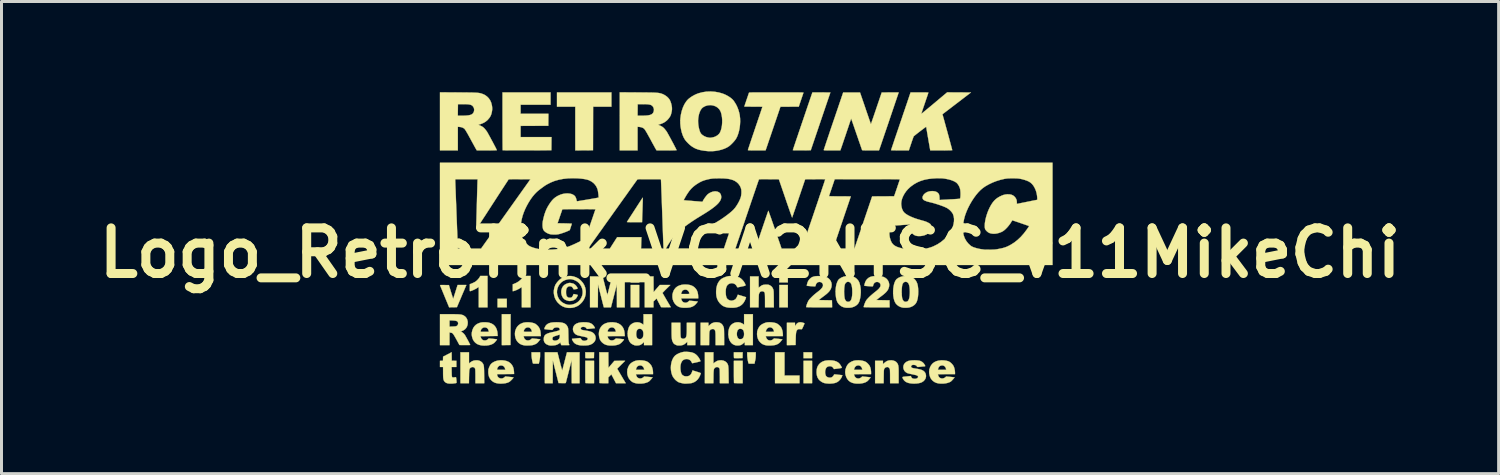
<source format=kicad_pcb>
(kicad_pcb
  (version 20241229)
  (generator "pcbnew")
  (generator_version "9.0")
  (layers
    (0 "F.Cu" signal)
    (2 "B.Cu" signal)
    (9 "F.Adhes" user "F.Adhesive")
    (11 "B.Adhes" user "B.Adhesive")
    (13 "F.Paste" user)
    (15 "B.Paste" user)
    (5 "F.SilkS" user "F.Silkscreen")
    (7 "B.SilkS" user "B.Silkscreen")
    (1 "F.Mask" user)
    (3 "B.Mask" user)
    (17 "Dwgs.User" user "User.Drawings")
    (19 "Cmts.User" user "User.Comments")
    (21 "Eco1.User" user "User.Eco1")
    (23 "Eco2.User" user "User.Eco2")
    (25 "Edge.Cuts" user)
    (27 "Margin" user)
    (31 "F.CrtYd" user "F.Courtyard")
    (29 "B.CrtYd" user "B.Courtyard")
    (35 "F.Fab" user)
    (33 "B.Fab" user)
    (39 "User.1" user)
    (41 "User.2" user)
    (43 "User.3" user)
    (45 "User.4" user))
  (footprint "Logo_RetroTink_VGA2NTSC_v11MikeChi"
    (layer "F.Cu")
    (at 21.996 5.394)
    (property "Reference" "Logo_RetroTink_VGA2NTSC_v11MikeChi" (at 0 0 0) (layer "F.SilkS") (effects (font (size 1.524 1.524) (thickness 0.3))))
    (attr through_hole)
    (fp_poly (pts (xy -8.123 1.818) (xy -8.432 1.818) (xy -8.432 1.532) (xy -8.123 1.532) (xy -8.123 1.818)) (stroke (width 0.01) (type solid)) (fill yes) (layer "F.SilkS"))
    (fp_poly (pts (xy -3.7 0.985) (xy -3.986 0.985) (xy -3.986 0.786) (xy -3.7 0.786) (xy -3.7 0.985)) (stroke (width 0.01) (type solid)) (fill yes) (layer "F.SilkS"))
    (fp_poly (pts (xy -3.7 1.818) (xy -3.986 1.818) (xy -3.986 1.072) (xy -3.7 1.072) (xy -3.7 1.818)) (stroke (width 0.01) (type solid)) (fill yes) (layer "F.SilkS"))
    (fp_poly (pts (xy 1.262 0.985) (xy 0.977 0.985) (xy 0.977 0.786) (xy 1.262 0.786) (xy 1.262 0.985)) (stroke (width 0.01) (type solid)) (fill yes) (layer "F.SilkS"))
    (fp_poly (pts (xy 1.262 1.818) (xy 0.977 1.818) (xy 0.977 1.072) (xy 1.262 1.072) (xy 1.262 1.818)) (stroke (width 0.01) (type solid)) (fill yes) (layer "F.SilkS"))
    (fp_poly (pts (xy 2.072 3.517) (xy 1.786 3.517) (xy 1.786 3.319) (xy 2.072 3.319) (xy 2.072 3.517)) (stroke (width 0.01) (type solid)) (fill yes) (layer "F.SilkS"))
    (fp_poly (pts (xy 2.072 4.351) (xy 1.786 4.351) (xy 1.786 3.605) (xy 2.072 3.605) (xy 2.072 4.351)) (stroke (width 0.01) (type solid)) (fill yes) (layer "F.SilkS"))
    (fp_poly (pts (xy -7.997 2.563) (xy -8 3.077) (xy -8.144 3.079) (xy -8.289 3.081) (xy -8.289 2.049) (xy -7.995 2.049) (xy -7.997 2.563)) (stroke (width 0.01) (type solid)) (fill yes) (layer "F.SilkS"))
    (fp_poly (pts (xy 1.151 4.097) (xy 1.652 4.097) (xy 1.652 4.351) (xy 0.834 4.351) (xy 0.834 3.319) (xy 1.151 3.319) (xy 1.151 4.097)) (stroke (width 0.01) (type solid)) (fill yes) (layer "F.SilkS"))
    (fp_poly (pts (xy -4.629 -4.883) (xy -5.24 -4.883) (xy -5.242 -4.155) (xy -5.244 -3.426) (xy -5.54 -3.424) (xy -5.836 -3.422) (xy -5.836 -4.883) (xy -6.447 -4.883) (xy -6.447 -5.359) (xy -4.629 -5.359) (xy -4.629 -4.883)) (stroke (width 0.01) (type solid)) (fill yes) (layer "F.SilkS"))
    (fp_poly (pts (xy -5.21 3.416) (xy -5.213 3.513) (xy -5.352 3.516) (xy -5.398 3.516) (xy -5.438 3.516) (xy -5.469 3.515) (xy -5.49 3.514) (xy -5.497 3.512) (xy -5.499 3.503) (xy -5.501 3.48) (xy -5.502 3.449) (xy -5.502 3.413) (xy -5.502 3.319) (xy -5.208 3.319) (xy -5.21 3.416)) (stroke (width 0.01) (type solid)) (fill yes) (layer "F.SilkS"))
    (fp_poly (pts (xy -0.248 3.416) (xy -0.25 3.513) (xy -0.39 3.516) (xy -0.435 3.516) (xy -0.475 3.516) (xy -0.507 3.515) (xy -0.527 3.514) (xy -0.534 3.512) (xy -0.537 3.503) (xy -0.538 3.48) (xy -0.54 3.449) (xy -0.54 3.413) (xy -0.54 3.319) (xy -0.246 3.319) (xy -0.248 3.416)) (stroke (width 0.01) (type solid)) (fill yes) (layer "F.SilkS"))
    (fp_poly (pts (xy -5.209 4.351) (xy -5.35 4.351) (xy -5.396 4.351) (xy -5.436 4.35) (xy -5.468 4.349) (xy -5.49 4.347) (xy -5.497 4.346) (xy -5.498 4.337) (xy -5.499 4.314) (xy -5.5 4.278) (xy -5.501 4.231) (xy -5.502 4.175) (xy -5.502 4.111) (xy -5.502 4.04) (xy -5.502 3.973) (xy -5.502 3.605) (xy -5.209 3.605) (xy -5.209 4.351)) (stroke (width 0.01) (type solid)) (fill yes) (layer "F.SilkS"))
    (fp_poly (pts (xy -0.246 4.351) (xy -0.388 4.351) (xy -0.434 4.351) (xy -0.474 4.35) (xy -0.506 4.349) (xy -0.527 4.347) (xy -0.535 4.346) (xy -0.536 4.337) (xy -0.537 4.314) (xy -0.538 4.278) (xy -0.538 4.231) (xy -0.539 4.175) (xy -0.54 4.111) (xy -0.54 4.04) (xy -0.54 3.973) (xy -0.54 3.605) (xy -0.246 3.605) (xy -0.246 4.351)) (stroke (width 0.01) (type solid)) (fill yes) (layer "F.SilkS"))
    (fp_poly (pts (xy -7.011 3.412) (xy -7.012 3.468) (xy -7.017 3.518) (xy -7.026 3.571) (xy -7.032 3.603) (xy -7.054 3.7) (xy -7.151 3.7) (xy -7.192 3.7) (xy -7.22 3.699) (xy -7.238 3.697) (xy -7.247 3.693) (xy -7.252 3.688) (xy -7.252 3.686) (xy -7.266 3.635) (xy -7.278 3.575) (xy -7.288 3.512) (xy -7.295 3.452) (xy -7.297 3.402) (xy -7.297 3.319) (xy -7.011 3.319) (xy -7.011 3.412)) (stroke (width 0.01) (type solid)) (fill yes) (layer "F.SilkS"))
    (fp_poly (pts (xy 0.191 3.412) (xy 0.189 3.468) (xy 0.185 3.518) (xy 0.176 3.571) (xy 0.169 3.603) (xy 0.148 3.7) (xy 0.05 3.7) (xy 0.005 3.7) (xy -0.026 3.698) (xy -0.044 3.695) (xy -0.051 3.691) (xy -0.051 3.69) (xy -0.062 3.65) (xy -0.073 3.6) (xy -0.082 3.544) (xy -0.089 3.487) (xy -0.094 3.436) (xy -0.095 3.402) (xy -0.095 3.319) (xy 0.191 3.319) (xy 0.191 3.412)) (stroke (width 0.01) (type solid)) (fill yes) (layer "F.SilkS"))
    (fp_poly (pts (xy -8.766 1.818) (xy -9.06 1.818) (xy -9.06 1.136) (xy -9.119 1.176) (xy -9.148 1.194) (xy -9.184 1.213) (xy -9.224 1.233) (xy -9.264 1.25) (xy -9.3 1.265) (xy -9.329 1.275) (xy -9.348 1.278) (xy -9.353 1.277) (xy -9.357 1.272) (xy -9.359 1.261) (xy -9.36 1.241) (xy -9.36 1.21) (xy -9.36 1.166) (xy -9.359 1.163) (xy -9.357 1.047) (xy -9.29 1.02) (xy -9.253 1.004) (xy -9.216 0.986) (xy -9.186 0.97) (xy -9.18 0.967) (xy -9.144 0.941) (xy -9.106 0.906) (xy -9.07 0.867) (xy -9.04 0.828) (xy -9.027 0.806) (xy -9.008 0.77) (xy -8.766 0.77) (xy -8.766 1.818)) (stroke (width 0.01) (type solid)) (fill yes) (layer "F.SilkS"))
    (fp_poly (pts (xy -7.329 1.818) (xy -7.622 1.818) (xy -7.622 1.481) (xy -7.622 1.409) (xy -7.623 1.343) (xy -7.623 1.284) (xy -7.623 1.232) (xy -7.624 1.191) (xy -7.624 1.162) (xy -7.625 1.146) (xy -7.625 1.143) (xy -7.633 1.147) (xy -7.65 1.158) (xy -7.674 1.174) (xy -7.682 1.179) (xy -7.719 1.201) (xy -7.762 1.223) (xy -7.807 1.244) (xy -7.85 1.261) (xy -7.885 1.272) (xy -7.896 1.275) (xy -7.924 1.28) (xy -7.924 1.05) (xy -7.886 1.036) (xy -7.796 0.996) (xy -7.717 0.947) (xy -7.652 0.891) (xy -7.601 0.828) (xy -7.593 0.816) (xy -7.565 0.77) (xy -7.329 0.77) (xy -7.329 1.818)) (stroke (width 0.01) (type solid)) (fill yes) (layer "F.SilkS"))
    (fp_poly (pts (xy -3.582 -1.806) (xy -3.582 -1.79) (xy -3.583 -1.76) (xy -3.583 -1.718) (xy -3.585 -1.665) (xy -3.587 -1.604) (xy -3.589 -1.537) (xy -3.591 -1.466) (xy -3.592 -1.433) (xy -3.595 -1.361) (xy -3.598 -1.292) (xy -3.6 -1.228) (xy -3.602 -1.172) (xy -3.603 -1.125) (xy -3.604 -1.09) (xy -3.605 -1.067) (xy -3.605 -1.062) (xy -3.605 -1.024) (xy -3.859 -1.024) (xy -3.921 -1.024) (xy -3.977 -1.025) (xy -4.026 -1.026) (xy -4.065 -1.027) (xy -4.094 -1.028) (xy -4.109 -1.03) (xy -4.112 -1.031) (xy -4.107 -1.038) (xy -4.094 -1.058) (xy -4.075 -1.089) (xy -4.049 -1.13) (xy -4.017 -1.179) (xy -3.98 -1.236) (xy -3.939 -1.299) (xy -3.895 -1.367) (xy -3.849 -1.439) (xy -3.847 -1.442) (xy -3.585 -1.846) (xy -3.582 -1.806)) (stroke (width 0.01) (type solid)) (fill yes) (layer "F.SilkS"))
    (fp_poly (pts (xy -6.662 -4.947) (xy -7.662 -4.947) (xy -7.662 -4.645) (xy -6.733 -4.645) (xy -6.735 -4.444) (xy -6.737 -4.244) (xy -7.662 -4.24) (xy -7.662 -3.867) (xy -6.63 -3.867) (xy -6.632 -3.646) (xy -6.634 -3.426) (xy -7.444 -3.424) (xy -7.556 -3.424) (xy -7.664 -3.424) (xy -7.766 -3.424) (xy -7.862 -3.424) (xy -7.949 -3.424) (xy -8.028 -3.424) (xy -8.098 -3.425) (xy -8.156 -3.425) (xy -8.203 -3.426) (xy -8.236 -3.426) (xy -8.255 -3.427) (xy -8.26 -3.427) (xy -8.261 -3.436) (xy -8.262 -3.459) (xy -8.262 -3.497) (xy -8.263 -3.547) (xy -8.263 -3.609) (xy -8.264 -3.682) (xy -8.264 -3.766) (xy -8.265 -3.858) (xy -8.265 -3.959) (xy -8.265 -4.066) (xy -8.265 -4.18) (xy -8.265 -4.299) (xy -8.266 -4.396) (xy -8.266 -5.359) (xy -6.662 -5.359) (xy -6.662 -4.947)) (stroke (width 0.01) (type solid)) (fill yes) (layer "F.SilkS"))
    (fp_poly (pts (xy -4.73 3.579) (xy -4.728 3.839) (xy -4.629 3.722) (xy -4.53 3.606) (xy -4.351 3.605) (xy -4.172 3.605) (xy -4.305 3.736) (xy -4.437 3.868) (xy -4.31 4.084) (xy -4.278 4.138) (xy -4.248 4.189) (xy -4.221 4.235) (xy -4.198 4.273) (xy -4.181 4.303) (xy -4.17 4.321) (xy -4.167 4.325) (xy -4.151 4.351) (xy -4.477 4.351) (xy -4.554 4.203) (xy -4.631 4.056) (xy -4.732 4.156) (xy -4.732 4.351) (xy -4.878 4.351) (xy -4.924 4.351) (xy -4.965 4.35) (xy -4.998 4.349) (xy -5.02 4.347) (xy -5.029 4.346) (xy -5.03 4.337) (xy -5.03 4.314) (xy -5.031 4.278) (xy -5.032 4.229) (xy -5.033 4.171) (xy -5.033 4.103) (xy -5.034 4.027) (xy -5.034 3.945) (xy -5.034 3.857) (xy -5.034 3.83) (xy -5.034 3.319) (xy -4.732 3.319) (xy -4.73 3.579)) (stroke (width 0.01) (type solid)) (fill yes) (layer "F.SilkS"))
    (fp_poly (pts (xy -3.222 1.048) (xy -3.22 1.31) (xy -3.118 1.191) (xy -3.015 1.072) (xy -2.661 1.072) (xy -2.791 1.2) (xy -2.829 1.237) (xy -2.862 1.271) (xy -2.889 1.299) (xy -2.909 1.321) (xy -2.92 1.334) (xy -2.922 1.337) (xy -2.918 1.346) (xy -2.907 1.367) (xy -2.889 1.398) (xy -2.867 1.437) (xy -2.84 1.484) (xy -2.809 1.537) (xy -2.784 1.58) (xy -2.646 1.814) (xy -2.806 1.817) (xy -2.863 1.817) (xy -2.907 1.817) (xy -2.937 1.816) (xy -2.958 1.814) (xy -2.969 1.811) (xy -2.972 1.809) (xy -2.978 1.799) (xy -2.989 1.777) (xy -3.006 1.746) (xy -3.026 1.708) (xy -3.048 1.665) (xy -3.05 1.661) (xy -3.122 1.523) (xy -3.173 1.573) (xy -3.224 1.623) (xy -3.224 1.818) (xy -3.517 1.818) (xy -3.517 0.786) (xy -3.224 0.786) (xy -3.222 1.048)) (stroke (width 0.01) (type solid)) (fill yes) (layer "F.SilkS"))
    (fp_poly (pts (xy 1.708 2.319) (xy 1.737 2.324) (xy 1.767 2.332) (xy 1.793 2.341) (xy 1.812 2.35) (xy 1.818 2.357) (xy 1.815 2.366) (xy 1.807 2.387) (xy 1.794 2.416) (xy 1.779 2.451) (xy 1.776 2.458) (xy 1.758 2.498) (xy 1.744 2.525) (xy 1.734 2.541) (xy 1.726 2.549) (xy 1.719 2.55) (xy 1.718 2.55) (xy 1.702 2.548) (xy 1.677 2.547) (xy 1.654 2.546) (xy 1.625 2.546) (xy 1.607 2.549) (xy 1.592 2.557) (xy 1.582 2.567) (xy 1.567 2.583) (xy 1.556 2.602) (xy 1.546 2.625) (xy 1.539 2.654) (xy 1.534 2.692) (xy 1.53 2.74) (xy 1.527 2.8) (xy 1.525 2.873) (xy 1.525 2.878) (xy 1.521 3.077) (xy 1.376 3.079) (xy 1.231 3.081) (xy 1.231 2.334) (xy 1.501 2.334) (xy 1.501 2.447) (xy 1.534 2.398) (xy 1.566 2.358) (xy 1.601 2.333) (xy 1.643 2.32) (xy 1.682 2.317) (xy 1.708 2.319)) (stroke (width 0.01) (type solid)) (fill yes) (layer "F.SilkS"))
    (fp_poly (pts (xy 2.309 -5.358) (xy 2.376 -5.358) (xy 2.384 -5.358) (xy 2.682 -5.356) (xy 2.027 -3.426) (xy 1.728 -3.424) (xy 1.641 -3.424) (xy 1.57 -3.424) (xy 1.514 -3.424) (xy 1.472 -3.425) (xy 1.445 -3.427) (xy 1.431 -3.429) (xy 1.429 -3.43) (xy 1.432 -3.439) (xy 1.439 -3.461) (xy 1.451 -3.496) (xy 1.466 -3.543) (xy 1.485 -3.6) (xy 1.508 -3.668) (xy 1.533 -3.743) (xy 1.561 -3.826) (xy 1.592 -3.915) (xy 1.623 -4.01) (xy 1.657 -4.108) (xy 1.691 -4.21) (xy 1.726 -4.313) (xy 1.762 -4.417) (xy 1.797 -4.521) (xy 1.832 -4.624) (xy 1.866 -4.724) (xy 1.899 -4.821) (xy 1.93 -4.913) (xy 1.96 -5) (xy 1.987 -5.079) (xy 2.011 -5.151) (xy 2.033 -5.214) (xy 2.051 -5.267) (xy 2.065 -5.308) (xy 2.076 -5.338) (xy 2.081 -5.354) (xy 2.082 -5.356) (xy 2.091 -5.357) (xy 2.113 -5.358) (xy 2.148 -5.358) (xy 2.194 -5.358) (xy 2.248 -5.358) (xy 2.309 -5.358)) (stroke (width 0.01) (type solid)) (fill yes) (layer "F.SilkS"))
    (fp_poly (pts (xy -9.385 3.692) (xy -9.343 3.659) (xy -9.292 3.624) (xy -9.242 3.602) (xy -9.185 3.589) (xy -9.18 3.589) (xy -9.113 3.587) (xy -9.051 3.597) (xy -8.997 3.621) (xy -8.952 3.655) (xy -8.923 3.693) (xy -8.913 3.71) (xy -8.904 3.728) (xy -8.897 3.748) (xy -8.892 3.772) (xy -8.888 3.801) (xy -8.885 3.837) (xy -8.883 3.883) (xy -8.881 3.94) (xy -8.88 4.009) (xy -8.879 4.075) (xy -8.875 4.351) (xy -9.171 4.351) (xy -9.171 4.127) (xy -9.171 4.06) (xy -9.172 4) (xy -9.173 3.949) (xy -9.175 3.91) (xy -9.177 3.883) (xy -9.179 3.872) (xy -9.195 3.843) (xy -9.22 3.822) (xy -9.252 3.812) (xy -9.287 3.814) (xy -9.321 3.828) (xy -9.322 3.829) (xy -9.338 3.841) (xy -9.351 3.853) (xy -9.361 3.867) (xy -9.368 3.886) (xy -9.374 3.911) (xy -9.377 3.944) (xy -9.38 3.986) (xy -9.382 4.041) (xy -9.383 4.109) (xy -9.384 4.131) (xy -9.387 4.351) (xy -9.671 4.351) (xy -9.671 3.319) (xy -9.385 3.319) (xy -9.385 3.692)) (stroke (width 0.01) (type solid)) (fill yes) (layer "F.SilkS"))
    (fp_poly (pts (xy -1.223 3.692) (xy -1.176 3.656) (xy -1.133 3.627) (xy -1.095 3.607) (xy -1.054 3.595) (xy -1.017 3.588) (xy -0.95 3.587) (xy -0.889 3.598) (xy -0.835 3.621) (xy -0.79 3.655) (xy -0.76 3.693) (xy -0.75 3.71) (xy -0.742 3.728) (xy -0.735 3.748) (xy -0.73 3.772) (xy -0.726 3.801) (xy -0.723 3.837) (xy -0.72 3.883) (xy -0.719 3.94) (xy -0.717 4.009) (xy -0.717 4.075) (xy -0.713 4.351) (xy -1.008 4.351) (xy -1.008 4.127) (xy -1.009 4.06) (xy -1.01 4) (xy -1.011 3.949) (xy -1.013 3.91) (xy -1.015 3.883) (xy -1.017 3.872) (xy -1.032 3.843) (xy -1.058 3.822) (xy -1.09 3.812) (xy -1.125 3.814) (xy -1.159 3.828) (xy -1.16 3.829) (xy -1.176 3.841) (xy -1.188 3.853) (xy -1.198 3.867) (xy -1.206 3.886) (xy -1.211 3.911) (xy -1.215 3.944) (xy -1.218 3.986) (xy -1.22 4.041) (xy -1.221 4.109) (xy -1.221 4.131) (xy -1.224 4.351) (xy -1.509 4.351) (xy -1.509 3.319) (xy -1.223 3.319) (xy -1.223 3.692)) (stroke (width 0.01) (type solid)) (fill yes) (layer "F.SilkS"))
    (fp_poly (pts (xy -9.496 1.125) (xy -9.504 1.144) (xy -9.517 1.176) (xy -9.535 1.218) (xy -9.557 1.27) (xy -9.583 1.329) (xy -9.61 1.393) (xy -9.639 1.461) (xy -9.654 1.497) (xy -9.789 1.814) (xy -9.919 1.816) (xy -10.048 1.818) (xy -10.197 1.459) (xy -10.226 1.387) (xy -10.254 1.32) (xy -10.279 1.258) (xy -10.302 1.203) (xy -10.321 1.157) (xy -10.336 1.122) (xy -10.346 1.097) (xy -10.35 1.086) (xy -10.35 1.086) (xy -10.351 1.081) (xy -10.348 1.077) (xy -10.34 1.075) (xy -10.324 1.073) (xy -10.298 1.073) (xy -10.26 1.073) (xy -10.209 1.074) (xy -10.206 1.074) (xy -10.056 1.076) (xy -9.988 1.301) (xy -9.97 1.358) (xy -9.954 1.409) (xy -9.94 1.454) (xy -9.928 1.49) (xy -9.92 1.516) (xy -9.916 1.528) (xy -9.915 1.529) (xy -9.911 1.523) (xy -9.904 1.505) (xy -9.894 1.478) (xy -9.883 1.443) (xy -9.883 1.443) (xy -9.871 1.405) (xy -9.855 1.356) (xy -9.838 1.302) (xy -9.821 1.247) (xy -9.81 1.213) (xy -9.765 1.072) (xy -9.473 1.072) (xy -9.496 1.125)) (stroke (width 0.01) (type solid)) (fill yes) (layer "F.SilkS"))
    (fp_poly (pts (xy -1.072 2.321) (xy -1.028 2.329) (xy -0.992 2.342) (xy -0.991 2.343) (xy -0.945 2.376) (xy -0.909 2.421) (xy -0.883 2.478) (xy -0.873 2.518) (xy -0.871 2.536) (xy -0.87 2.567) (xy -0.868 2.61) (xy -0.867 2.662) (xy -0.866 2.721) (xy -0.866 2.784) (xy -0.865 2.82) (xy -0.865 3.081) (xy -1.151 3.081) (xy -1.151 2.871) (xy -1.152 2.796) (xy -1.152 2.735) (xy -1.154 2.686) (xy -1.157 2.648) (xy -1.161 2.619) (xy -1.167 2.597) (xy -1.175 2.581) (xy -1.185 2.568) (xy -1.193 2.56) (xy -1.212 2.547) (xy -1.23 2.542) (xy -1.256 2.543) (xy -1.297 2.552) (xy -1.328 2.572) (xy -1.348 2.603) (xy -1.352 2.614) (xy -1.356 2.629) (xy -1.358 2.649) (xy -1.36 2.677) (xy -1.362 2.714) (xy -1.363 2.762) (xy -1.364 2.823) (xy -1.364 2.856) (xy -1.367 3.081) (xy -1.652 3.081) (xy -1.652 2.334) (xy -1.389 2.334) (xy -1.389 2.447) (xy -1.34 2.402) (xy -1.296 2.365) (xy -1.252 2.341) (xy -1.203 2.325) (xy -1.165 2.319) (xy -1.12 2.317) (xy -1.072 2.321)) (stroke (width 0.01) (type solid)) (fill yes) (layer "F.SilkS"))
    (fp_poly (pts (xy 4.784 3.596) (xy 4.837 3.615) (xy 4.881 3.644) (xy 4.914 3.681) (xy 4.916 3.684) (xy 4.928 3.704) (xy 4.937 3.724) (xy 4.945 3.746) (xy 4.951 3.771) (xy 4.955 3.802) (xy 4.959 3.839) (xy 4.961 3.885) (xy 4.962 3.942) (xy 4.962 4.012) (xy 4.962 4.083) (xy 4.962 4.351) (xy 4.677 4.351) (xy 4.676 4.135) (xy 4.676 4.076) (xy 4.675 4.021) (xy 4.674 3.972) (xy 4.673 3.931) (xy 4.671 3.902) (xy 4.669 3.887) (xy 4.654 3.853) (xy 4.63 3.827) (xy 4.6 3.813) (xy 4.583 3.811) (xy 4.542 3.818) (xy 4.508 3.838) (xy 4.483 3.869) (xy 4.482 3.871) (xy 4.478 3.881) (xy 4.474 3.893) (xy 4.471 3.909) (xy 4.469 3.929) (xy 4.467 3.958) (xy 4.466 3.995) (xy 4.465 4.044) (xy 4.464 4.106) (xy 4.464 4.127) (xy 4.461 4.351) (xy 4.176 4.351) (xy 4.176 3.605) (xy 4.438 3.605) (xy 4.438 3.717) (xy 4.487 3.673) (xy 4.532 3.637) (xy 4.575 3.612) (xy 4.622 3.596) (xy 4.661 3.589) (xy 4.724 3.587) (xy 4.784 3.596)) (stroke (width 0.01) (type solid)) (fill yes) (layer "F.SilkS"))
    (fp_poly (pts (xy -2.325 2.571) (xy -2.324 2.643) (xy -2.323 2.701) (xy -2.321 2.747) (xy -2.319 2.781) (xy -2.317 2.805) (xy -2.314 2.821) (xy -2.311 2.828) (xy -2.292 2.85) (xy -2.264 2.864) (xy -2.231 2.868) (xy -2.197 2.863) (xy -2.167 2.849) (xy -2.144 2.827) (xy -2.141 2.82) (xy -2.132 2.798) (xy -2.125 2.77) (xy -2.119 2.733) (xy -2.115 2.686) (xy -2.113 2.627) (xy -2.112 2.555) (xy -2.112 2.519) (xy -2.112 2.334) (xy -1.826 2.334) (xy -1.826 3.081) (xy -2.096 3.081) (xy -2.096 2.968) (xy -2.145 3.012) (xy -2.184 3.044) (xy -2.223 3.067) (xy -2.238 3.073) (xy -2.277 3.084) (xy -2.323 3.091) (xy -2.372 3.093) (xy -2.415 3.091) (xy -2.434 3.088) (xy -2.459 3.08) (xy -2.49 3.066) (xy -2.51 3.055) (xy -2.535 3.038) (xy -2.554 3.019) (xy -2.57 2.994) (xy -2.578 2.977) (xy -2.589 2.954) (xy -2.598 2.931) (xy -2.605 2.904) (xy -2.61 2.874) (xy -2.614 2.837) (xy -2.617 2.793) (xy -2.619 2.738) (xy -2.62 2.672) (xy -2.62 2.592) (xy -2.62 2.575) (xy -2.62 2.334) (xy -2.327 2.334) (xy -2.325 2.571)) (stroke (width 0.01) (type solid)) (fill yes) (layer "F.SilkS"))
    (fp_poly (pts (xy -9.961 3.601) (xy -9.883 3.603) (xy -9.806 3.605) (xy -9.806 3.811) (xy -9.966 3.811) (xy -9.964 3.975) (xy -9.962 4.034) (xy -9.961 4.08) (xy -9.958 4.113) (xy -9.953 4.136) (xy -9.946 4.15) (xy -9.934 4.158) (xy -9.919 4.16) (xy -9.898 4.159) (xy -9.885 4.158) (xy -9.858 4.154) (xy -9.836 4.151) (xy -9.828 4.149) (xy -9.823 4.149) (xy -9.819 4.156) (xy -9.815 4.173) (xy -9.811 4.201) (xy -9.806 4.24) (xy -9.802 4.283) (xy -9.8 4.312) (xy -9.801 4.33) (xy -9.803 4.34) (xy -9.806 4.343) (xy -9.82 4.348) (xy -9.846 4.353) (xy -9.88 4.357) (xy -9.918 4.362) (xy -9.956 4.365) (xy -9.991 4.366) (xy -10.005 4.366) (xy -10.042 4.364) (xy -10.081 4.36) (xy -10.102 4.356) (xy -10.15 4.339) (xy -10.19 4.31) (xy -10.219 4.273) (xy -10.22 4.27) (xy -10.23 4.248) (xy -10.237 4.222) (xy -10.243 4.188) (xy -10.247 4.146) (xy -10.249 4.094) (xy -10.25 4.028) (xy -10.25 3.98) (xy -10.251 3.811) (xy -10.354 3.811) (xy -10.354 3.606) (xy -10.254 3.601) (xy -10.252 3.533) (xy -10.25 3.466) (xy -10.107 3.392) (xy -9.965 3.318) (xy -9.961 3.601)) (stroke (width 0.01) (type solid)) (fill yes) (layer "F.SilkS"))
    (fp_poly (pts (xy -6.417 3.38) (xy -6.411 3.404) (xy -6.401 3.44) (xy -6.39 3.486) (xy -6.376 3.541) (xy -6.36 3.601) (xy -6.345 3.663) (xy -6.339 3.686) (xy -6.324 3.745) (xy -6.309 3.799) (xy -6.297 3.845) (xy -6.286 3.883) (xy -6.278 3.909) (xy -6.273 3.923) (xy -6.272 3.924) (xy -6.269 3.915) (xy -6.263 3.893) (xy -6.253 3.859) (xy -6.241 3.814) (xy -6.228 3.762) (xy -6.212 3.703) (xy -6.197 3.644) (xy -6.181 3.58) (xy -6.165 3.519) (xy -6.151 3.465) (xy -6.139 3.418) (xy -6.129 3.381) (xy -6.123 3.356) (xy -6.12 3.345) (xy -6.113 3.319) (xy -5.693 3.319) (xy -5.693 4.351) (xy -5.955 4.351) (xy -5.959 3.585) (xy -6.052 3.95) (xy -6.071 4.024) (xy -6.089 4.094) (xy -6.105 4.158) (xy -6.12 4.214) (xy -6.132 4.262) (xy -6.141 4.299) (xy -6.148 4.323) (xy -6.15 4.333) (xy -6.153 4.34) (xy -6.157 4.345) (xy -6.166 4.348) (xy -6.182 4.35) (xy -6.206 4.35) (xy -6.243 4.35) (xy -6.275 4.349) (xy -6.394 4.347) (xy -6.49 3.968) (xy -6.586 3.59) (xy -6.59 4.351) (xy -6.852 4.351) (xy -6.852 3.319) (xy -6.433 3.319) (xy -6.417 3.38)) (stroke (width 0.01) (type solid)) (fill yes) (layer "F.SilkS"))
    (fp_poly (pts (xy -4.917 0.812) (xy -4.913 0.825) (xy -4.906 0.852) (xy -4.896 0.891) (xy -4.884 0.939) (xy -4.87 0.995) (xy -4.854 1.057) (xy -4.839 1.118) (xy -4.822 1.181) (xy -4.807 1.24) (xy -4.794 1.292) (xy -4.782 1.336) (xy -4.773 1.369) (xy -4.767 1.39) (xy -4.764 1.397) (xy -4.764 1.397) (xy -4.761 1.39) (xy -4.755 1.37) (xy -4.746 1.339) (xy -4.735 1.299) (xy -4.724 1.254) (xy -4.723 1.251) (xy -4.708 1.193) (xy -4.691 1.125) (xy -4.673 1.055) (xy -4.655 0.988) (xy -4.644 0.945) (xy -4.603 0.786) (xy -4.184 0.786) (xy -4.184 1.818) (xy -4.446 1.818) (xy -4.448 1.052) (xy -4.537 1.401) (xy -4.556 1.475) (xy -4.574 1.544) (xy -4.591 1.608) (xy -4.605 1.665) (xy -4.618 1.713) (xy -4.627 1.75) (xy -4.634 1.775) (xy -4.636 1.785) (xy -4.646 1.818) (xy -4.882 1.818) (xy -4.891 1.788) (xy -4.894 1.775) (xy -4.901 1.747) (xy -4.912 1.708) (xy -4.924 1.658) (xy -4.939 1.6) (xy -4.956 1.535) (xy -4.973 1.464) (xy -4.988 1.405) (xy -5.078 1.052) (xy -5.08 1.435) (xy -5.082 1.818) (xy -5.344 1.818) (xy -5.344 0.786) (xy -4.924 0.786) (xy -4.917 0.812)) (stroke (width 0.01) (type solid)) (fill yes) (layer "F.SilkS"))
    (fp_poly (pts (xy 0.286 0.973) (xy 0.286 1.025) (xy 0.286 1.072) (xy 0.287 1.111) (xy 0.288 1.14) (xy 0.289 1.156) (xy 0.29 1.159) (xy 0.298 1.155) (xy 0.314 1.142) (xy 0.336 1.125) (xy 0.337 1.125) (xy 0.376 1.096) (xy 0.413 1.077) (xy 0.454 1.066) (xy 0.503 1.061) (xy 0.536 1.06) (xy 0.574 1.06) (xy 0.601 1.062) (xy 0.623 1.067) (xy 0.643 1.074) (xy 0.663 1.084) (xy 0.705 1.111) (xy 0.737 1.144) (xy 0.762 1.188) (xy 0.772 1.211) (xy 0.777 1.224) (xy 0.78 1.238) (xy 0.783 1.253) (xy 0.786 1.272) (xy 0.788 1.296) (xy 0.789 1.327) (xy 0.79 1.368) (xy 0.791 1.42) (xy 0.792 1.484) (xy 0.792 1.538) (xy 0.795 1.818) (xy 0.5 1.818) (xy 0.5 1.59) (xy 0.499 1.509) (xy 0.498 1.444) (xy 0.496 1.394) (xy 0.494 1.358) (xy 0.491 1.337) (xy 0.49 1.334) (xy 0.473 1.307) (xy 0.446 1.289) (xy 0.413 1.281) (xy 0.378 1.284) (xy 0.345 1.298) (xy 0.344 1.298) (xy 0.329 1.313) (xy 0.313 1.337) (xy 0.307 1.348) (xy 0.302 1.361) (xy 0.298 1.374) (xy 0.295 1.39) (xy 0.293 1.411) (xy 0.291 1.44) (xy 0.29 1.478) (xy 0.289 1.527) (xy 0.288 1.59) (xy 0.287 1.602) (xy 0.284 1.818) (xy 0 1.818) (xy 0 0.786) (xy 0.286 0.786) (xy 0.286 0.973)) (stroke (width 0.01) (type solid)) (fill yes) (layer "F.SilkS"))
    (fp_poly (pts (xy 0.095 3.081) (xy -0.175 3.081) (xy -0.175 2.976) (xy -0.222 3.019) (xy -0.257 3.048) (xy -0.291 3.069) (xy -0.307 3.076) (xy -0.358 3.089) (xy -0.413 3.093) (xy -0.465 3.09) (xy -0.49 3.085) (xy -0.535 3.07) (xy -0.571 3.051) (xy -0.606 3.025) (xy -0.62 3.012) (xy -0.659 2.965) (xy -0.689 2.906) (xy -0.711 2.837) (xy -0.723 2.758) (xy -0.725 2.718) (xy -0.442 2.718) (xy -0.436 2.771) (xy -0.422 2.816) (xy -0.399 2.851) (xy -0.39 2.86) (xy -0.372 2.873) (xy -0.356 2.88) (xy -0.335 2.881) (xy -0.314 2.88) (xy -0.286 2.877) (xy -0.268 2.871) (xy -0.252 2.859) (xy -0.241 2.849) (xy -0.219 2.817) (xy -0.205 2.779) (xy -0.2 2.732) (xy -0.2 2.687) (xy -0.207 2.632) (xy -0.223 2.589) (xy -0.248 2.56) (xy -0.282 2.541) (xy -0.315 2.535) (xy -0.343 2.535) (xy -0.365 2.541) (xy -0.381 2.55) (xy -0.403 2.569) (xy -0.419 2.592) (xy -0.43 2.623) (xy -0.438 2.662) (xy -0.442 2.718) (xy -0.725 2.718) (xy -0.726 2.696) (xy -0.72 2.61) (xy -0.704 2.534) (xy -0.677 2.469) (xy -0.64 2.415) (xy -0.62 2.396) (xy -0.564 2.355) (xy -0.503 2.329) (xy -0.438 2.317) (xy -0.373 2.318) (xy -0.308 2.334) (xy -0.247 2.364) (xy -0.224 2.38) (xy -0.199 2.4) (xy -0.199 2.049) (xy 0.095 2.049) (xy 0.095 3.081)) (stroke (width 0.01) (type solid)) (fill yes) (layer "F.SilkS"))
    (fp_poly (pts (xy -3.271 3.081) (xy -3.541 3.081) (xy -3.541 2.974) (xy -3.583 3.015) (xy -3.61 3.039) (xy -3.64 3.06) (xy -3.663 3.073) (xy -3.705 3.085) (xy -3.754 3.092) (xy -3.803 3.093) (xy -3.846 3.087) (xy -3.852 3.086) (xy -3.897 3.068) (xy -3.942 3.045) (xy -3.979 3.018) (xy -3.996 3.002) (xy -4.03 2.952) (xy -4.057 2.892) (xy -4.075 2.825) (xy -4.085 2.754) (xy -4.087 2.695) (xy -3.801 2.695) (xy -3.8 2.752) (xy -3.79 2.801) (xy -3.772 2.839) (xy -3.746 2.865) (xy -3.745 2.866) (xy -3.711 2.879) (xy -3.672 2.881) (xy -3.634 2.872) (xy -3.622 2.866) (xy -3.594 2.84) (xy -3.574 2.802) (xy -3.564 2.751) (xy -3.561 2.708) (xy -3.566 2.648) (xy -3.58 2.6) (xy -3.604 2.566) (xy -3.637 2.544) (xy -3.672 2.535) (xy -3.713 2.536) (xy -3.747 2.551) (xy -3.772 2.579) (xy -3.79 2.62) (xy -3.8 2.676) (xy -3.801 2.695) (xy -4.087 2.695) (xy -4.087 2.681) (xy -4.081 2.61) (xy -4.066 2.542) (xy -4.044 2.481) (xy -4.013 2.429) (xy -3.991 2.404) (xy -3.939 2.364) (xy -3.881 2.336) (xy -3.819 2.32) (xy -3.756 2.317) (xy -3.694 2.326) (xy -3.637 2.348) (xy -3.595 2.374) (xy -3.577 2.388) (xy -3.564 2.397) (xy -3.562 2.398) (xy -3.56 2.39) (xy -3.559 2.369) (xy -3.558 2.337) (xy -3.558 2.295) (xy -3.557 2.247) (xy -3.557 2.223) (xy -3.557 2.049) (xy -3.271 2.049) (xy -3.271 3.081)) (stroke (width 0.01) (type solid)) (fill yes) (layer "F.SilkS"))
    (fp_poly (pts (xy -8.845 2.317) (xy -8.79 2.32) (xy -8.741 2.326) (xy -8.718 2.331) (xy -8.644 2.354) (xy -8.58 2.39) (xy -8.528 2.437) (xy -8.486 2.495) (xy -8.456 2.564) (xy -8.437 2.643) (xy -8.431 2.712) (xy -8.428 2.775) (xy -9.003 2.783) (xy -8.989 2.825) (xy -8.968 2.869) (xy -8.94 2.9) (xy -8.904 2.918) (xy -8.859 2.924) (xy -8.857 2.924) (xy -8.814 2.919) (xy -8.775 2.901) (xy -8.747 2.878) (xy -8.725 2.857) (xy -8.589 2.87) (xy -8.544 2.875) (xy -8.505 2.879) (xy -8.474 2.883) (xy -8.455 2.885) (xy -8.449 2.887) (xy -8.452 2.894) (xy -8.462 2.911) (xy -8.479 2.933) (xy -8.499 2.957) (xy -8.52 2.981) (xy -8.539 3) (xy -8.545 3.006) (xy -8.592 3.038) (xy -8.65 3.064) (xy -8.719 3.082) (xy -8.796 3.093) (xy -8.878 3.096) (xy -8.964 3.09) (xy -8.976 3.088) (xy -9.05 3.071) (xy -9.116 3.042) (xy -9.173 3.001) (xy -9.22 2.949) (xy -9.255 2.888) (xy -9.265 2.863) (xy -9.285 2.793) (xy -9.294 2.73) (xy -9.292 2.67) (xy -9.29 2.658) (xy -9.285 2.636) (xy -8.998 2.636) (xy -8.719 2.636) (xy -8.731 2.595) (xy -8.744 2.558) (xy -8.759 2.532) (xy -8.779 2.514) (xy -8.801 2.501) (xy -8.842 2.488) (xy -8.88 2.488) (xy -8.919 2.501) (xy -8.955 2.527) (xy -8.981 2.562) (xy -8.994 2.604) (xy -8.998 2.636) (xy -9.285 2.636) (xy -9.271 2.576) (xy -9.241 2.505) (xy -9.2 2.446) (xy -9.148 2.397) (xy -9.084 2.359) (xy -9.008 2.331) (xy -8.989 2.327) (xy -8.949 2.32) (xy -8.9 2.317) (xy -8.845 2.317)) (stroke (width 0.01) (type solid)) (fill yes) (layer "F.SilkS"))
    (fp_poly (pts (xy -9.945 2.049) (xy -9.867 2.049) (xy -9.802 2.05) (xy -9.749 2.052) (xy -9.704 2.055) (xy -9.668 2.059) (xy -9.638 2.064) (xy -9.612 2.071) (xy -9.59 2.078) (xy -9.569 2.088) (xy -9.559 2.093) (xy -9.509 2.129) (xy -9.47 2.176) (xy -9.443 2.232) (xy -9.428 2.297) (xy -9.427 2.31) (xy -9.429 2.379) (xy -9.445 2.443) (xy -9.474 2.5) (xy -9.516 2.548) (xy -9.57 2.587) (xy -9.619 2.609) (xy -9.667 2.626) (xy -9.635 2.64) (xy -9.593 2.665) (xy -9.551 2.706) (xy -9.524 2.739) (xy -9.514 2.755) (xy -9.499 2.781) (xy -9.48 2.815) (xy -9.458 2.855) (xy -9.435 2.897) (xy -9.412 2.939) (xy -9.391 2.98) (xy -9.372 3.016) (xy -9.357 3.046) (xy -9.348 3.066) (xy -9.345 3.074) (xy -9.353 3.076) (xy -9.374 3.078) (xy -9.407 3.079) (xy -9.45 3.079) (xy -9.5 3.079) (xy -9.525 3.079) (xy -9.704 3.077) (xy -9.799 2.902) (xy -9.834 2.839) (xy -9.863 2.789) (xy -9.886 2.75) (xy -9.906 2.72) (xy -9.922 2.699) (xy -9.936 2.685) (xy -9.949 2.676) (xy -9.949 2.676) (xy -9.964 2.671) (xy -9.987 2.666) (xy -9.998 2.664) (xy -10.036 2.658) (xy -10.036 3.081) (xy -10.354 3.081) (xy -10.354 2.463) (xy -10.036 2.463) (xy -9.931 2.46) (xy -9.874 2.457) (xy -9.832 2.453) (xy -9.807 2.447) (xy -9.803 2.445) (xy -9.773 2.422) (xy -9.754 2.392) (xy -9.747 2.357) (xy -9.753 2.322) (xy -9.762 2.306) (xy -9.776 2.29) (xy -9.797 2.277) (xy -9.826 2.268) (xy -9.865 2.262) (xy -9.918 2.258) (xy -9.934 2.257) (xy -10.036 2.253) (xy -10.036 2.463) (xy -10.354 2.463) (xy -10.354 2.049) (xy -10.037 2.049) (xy -9.945 2.049)) (stroke (width 0.01) (type solid)) (fill yes) (layer "F.SilkS"))
    (fp_poly (pts (xy -2.079 1.061) (xy -2.003 1.074) (xy -1.936 1.098) (xy -1.88 1.131) (xy -1.852 1.154) (xy -1.808 1.202) (xy -1.774 1.255) (xy -1.751 1.316) (xy -1.737 1.387) (xy -1.733 1.435) (xy -1.729 1.517) (xy -2.304 1.517) (xy -2.299 1.534) (xy -2.283 1.581) (xy -2.265 1.614) (xy -2.242 1.638) (xy -2.212 1.654) (xy -2.189 1.661) (xy -2.144 1.665) (xy -2.101 1.654) (xy -2.061 1.628) (xy -2.056 1.623) (xy -2.028 1.596) (xy -1.89 1.609) (xy -1.844 1.613) (xy -1.805 1.617) (xy -1.774 1.621) (xy -1.754 1.623) (xy -1.748 1.625) (xy -1.751 1.632) (xy -1.761 1.648) (xy -1.777 1.67) (xy -1.778 1.671) (xy -1.823 1.723) (xy -1.868 1.762) (xy -1.918 1.791) (xy -1.976 1.812) (xy -2.018 1.822) (xy -2.064 1.828) (xy -2.12 1.832) (xy -2.18 1.833) (xy -2.239 1.831) (xy -2.287 1.826) (xy -2.353 1.811) (xy -2.409 1.786) (xy -2.46 1.749) (xy -2.474 1.737) (xy -2.523 1.681) (xy -2.559 1.617) (xy -2.583 1.547) (xy -2.593 1.474) (xy -2.591 1.399) (xy -2.586 1.374) (xy -2.303 1.374) (xy -2.164 1.374) (xy -2.112 1.373) (xy -2.074 1.373) (xy -2.048 1.371) (xy -2.032 1.369) (xy -2.026 1.365) (xy -2.025 1.363) (xy -2.027 1.35) (xy -2.033 1.328) (xy -2.037 1.316) (xy -2.058 1.276) (xy -2.089 1.248) (xy -2.126 1.231) (xy -2.168 1.227) (xy -2.211 1.235) (xy -2.244 1.252) (xy -2.26 1.268) (xy -2.276 1.295) (xy -2.29 1.327) (xy -2.298 1.352) (xy -2.303 1.374) (xy -2.586 1.374) (xy -2.575 1.324) (xy -2.546 1.252) (xy -2.525 1.217) (xy -2.482 1.164) (xy -2.427 1.121) (xy -2.361 1.089) (xy -2.286 1.067) (xy -2.202 1.057) (xy -2.168 1.056) (xy -2.079 1.061)) (stroke (width 0.01) (type solid)) (fill yes) (layer "F.SilkS"))
    (fp_poly (pts (xy 2.66 3.588) (xy 2.75 3.593) (xy 2.829 3.608) (xy 2.895 3.632) (xy 2.951 3.667) (xy 2.992 3.708) (xy 3.012 3.736) (xy 3.032 3.766) (xy 3.048 3.794) (xy 3.059 3.818) (xy 3.064 3.835) (xy 3.062 3.84) (xy 3.053 3.843) (xy 3.031 3.847) (xy 2.998 3.853) (xy 2.958 3.859) (xy 2.929 3.863) (xy 2.802 3.88) (xy 2.782 3.847) (xy 2.755 3.815) (xy 2.718 3.793) (xy 2.675 3.784) (xy 2.628 3.788) (xy 2.617 3.791) (xy 2.579 3.807) (xy 2.549 3.833) (xy 2.528 3.868) (xy 2.514 3.917) (xy 2.509 3.945) (xy 2.507 3.996) (xy 2.513 4.046) (xy 2.526 4.089) (xy 2.539 4.113) (xy 2.568 4.14) (xy 2.606 4.158) (xy 2.649 4.167) (xy 2.694 4.164) (xy 2.723 4.156) (xy 2.745 4.143) (xy 2.767 4.123) (xy 2.787 4.1) (xy 2.8 4.079) (xy 2.803 4.068) (xy 2.804 4.063) (xy 2.808 4.06) (xy 2.818 4.058) (xy 2.835 4.058) (xy 2.861 4.06) (xy 2.899 4.064) (xy 2.95 4.07) (xy 2.96 4.071) (xy 3.082 4.084) (xy 3.077 4.104) (xy 3.059 4.153) (xy 3.029 4.203) (xy 2.99 4.25) (xy 2.946 4.291) (xy 2.9 4.321) (xy 2.897 4.322) (xy 2.842 4.343) (xy 2.776 4.357) (xy 2.702 4.364) (xy 2.623 4.365) (xy 2.542 4.358) (xy 2.542 4.358) (xy 2.492 4.35) (xy 2.45 4.337) (xy 2.409 4.318) (xy 2.394 4.31) (xy 2.335 4.267) (xy 2.288 4.218) (xy 2.254 4.16) (xy 2.232 4.092) (xy 2.222 4.015) (xy 2.221 3.982) (xy 2.225 3.903) (xy 2.24 3.834) (xy 2.266 3.773) (xy 2.304 3.72) (xy 2.341 3.683) (xy 2.39 3.647) (xy 2.444 3.62) (xy 2.505 3.601) (xy 2.576 3.591) (xy 2.659 3.588) (xy 2.66 3.588)) (stroke (width 0.01) (type solid)) (fill yes) (layer "F.SilkS"))
    (fp_poly (pts (xy 5.282 0.775) (xy 5.322 0.782) (xy 5.385 0.801) (xy 5.44 0.831) (xy 5.491 0.874) (xy 5.499 0.882) (xy 5.537 0.929) (xy 5.566 0.981) (xy 5.589 1.041) (xy 5.604 1.111) (xy 5.613 1.192) (xy 5.617 1.285) (xy 5.617 1.298) (xy 5.614 1.387) (xy 5.607 1.464) (xy 5.595 1.533) (xy 5.577 1.598) (xy 5.565 1.632) (xy 5.537 1.684) (xy 5.496 1.731) (xy 5.443 1.771) (xy 5.381 1.802) (xy 5.317 1.822) (xy 5.279 1.828) (xy 5.231 1.832) (xy 5.179 1.833) (xy 5.13 1.831) (xy 5.09 1.826) (xy 5.023 1.807) (xy 4.961 1.776) (xy 4.907 1.735) (xy 4.862 1.685) (xy 4.837 1.641) (xy 4.813 1.579) (xy 4.795 1.508) (xy 4.784 1.432) (xy 4.778 1.353) (xy 4.778 1.272) (xy 4.778 1.272) (xy 5.064 1.272) (xy 5.064 1.347) (xy 5.068 1.42) (xy 5.075 1.485) (xy 5.082 1.523) (xy 5.095 1.559) (xy 5.115 1.592) (xy 5.139 1.617) (xy 5.157 1.628) (xy 5.192 1.635) (xy 5.229 1.63) (xy 5.255 1.62) (xy 5.281 1.594) (xy 5.303 1.554) (xy 5.319 1.5) (xy 5.33 1.432) (xy 5.335 1.35) (xy 5.336 1.306) (xy 5.333 1.218) (xy 5.326 1.143) (xy 5.313 1.081) (xy 5.296 1.033) (xy 5.275 1) (xy 5.268 0.994) (xy 5.233 0.972) (xy 5.197 0.964) (xy 5.162 0.97) (xy 5.13 0.989) (xy 5.104 1.019) (xy 5.085 1.06) (xy 5.082 1.073) (xy 5.073 1.13) (xy 5.067 1.198) (xy 5.064 1.272) (xy 4.778 1.272) (xy 4.783 1.192) (xy 4.794 1.116) (xy 4.809 1.045) (xy 4.83 0.981) (xy 4.855 0.928) (xy 4.885 0.886) (xy 4.901 0.871) (xy 4.964 0.829) (xy 5.037 0.798) (xy 5.116 0.779) (xy 5.199 0.771) (xy 5.282 0.775)) (stroke (width 0.01) (type solid)) (fill yes) (layer "F.SilkS"))
    (fp_poly (pts (xy 3.359 0.775) (xy 3.399 0.782) (xy 3.456 0.797) (xy 3.503 0.821) (xy 3.548 0.854) (xy 3.563 0.868) (xy 3.596 0.903) (xy 3.623 0.939) (xy 3.644 0.98) (xy 3.661 1.029) (xy 3.676 1.087) (xy 3.688 1.151) (xy 3.697 1.232) (xy 3.698 1.321) (xy 3.692 1.412) (xy 3.679 1.501) (xy 3.66 1.583) (xy 3.644 1.632) (xy 3.616 1.684) (xy 3.575 1.731) (xy 3.522 1.771) (xy 3.459 1.802) (xy 3.396 1.822) (xy 3.357 1.828) (xy 3.31 1.832) (xy 3.258 1.833) (xy 3.208 1.831) (xy 3.168 1.826) (xy 3.102 1.808) (xy 3.043 1.779) (xy 2.99 1.738) (xy 2.954 1.7) (xy 2.924 1.658) (xy 2.901 1.609) (xy 2.883 1.553) (xy 2.87 1.486) (xy 2.861 1.407) (xy 2.859 1.388) (xy 2.856 1.3) (xy 2.856 1.287) (xy 3.141 1.287) (xy 3.143 1.366) (xy 3.148 1.44) (xy 3.157 1.506) (xy 3.16 1.523) (xy 3.173 1.559) (xy 3.193 1.592) (xy 3.217 1.617) (xy 3.235 1.628) (xy 3.27 1.635) (xy 3.308 1.63) (xy 3.333 1.62) (xy 3.36 1.594) (xy 3.381 1.554) (xy 3.397 1.5) (xy 3.408 1.432) (xy 3.414 1.35) (xy 3.414 1.306) (xy 3.412 1.218) (xy 3.404 1.143) (xy 3.392 1.081) (xy 3.375 1.033) (xy 3.353 1) (xy 3.347 0.994) (xy 3.312 0.972) (xy 3.275 0.964) (xy 3.24 0.97) (xy 3.208 0.989) (xy 3.182 1.019) (xy 3.164 1.06) (xy 3.16 1.073) (xy 3.15 1.136) (xy 3.144 1.208) (xy 3.141 1.287) (xy 2.856 1.287) (xy 2.859 1.215) (xy 2.868 1.134) (xy 2.883 1.059) (xy 2.904 0.993) (xy 2.929 0.936) (xy 2.958 0.892) (xy 2.98 0.871) (xy 3.043 0.829) (xy 3.115 0.798) (xy 3.194 0.779) (xy 3.276 0.771) (xy 3.359 0.775)) (stroke (width 0.01) (type solid)) (fill yes) (layer "F.SilkS"))
    (fp_poly (pts (xy -7.358 2.32) (xy -7.288 2.33) (xy -7.225 2.346) (xy -7.186 2.361) (xy -7.163 2.374) (xy -7.135 2.396) (xy -7.107 2.42) (xy -7.1 2.427) (xy -7.061 2.471) (xy -7.032 2.519) (xy -7.011 2.573) (xy -6.997 2.636) (xy -6.99 2.706) (xy -6.985 2.779) (xy -7.561 2.779) (xy -7.556 2.803) (xy -7.544 2.842) (xy -7.525 2.876) (xy -7.504 2.897) (xy -7.462 2.918) (xy -7.417 2.925) (xy -7.371 2.918) (xy -7.329 2.898) (xy -7.312 2.885) (xy -7.282 2.857) (xy -7.145 2.87) (xy -7.1 2.875) (xy -7.061 2.879) (xy -7.03 2.882) (xy -7.011 2.885) (xy -7.005 2.886) (xy -7.008 2.893) (xy -7.02 2.908) (xy -7.037 2.929) (xy -7.057 2.953) (xy -7.077 2.977) (xy -7.095 2.997) (xy -7.109 3.01) (xy -7.11 3.011) (xy -7.139 3.032) (xy -7.178 3.052) (xy -7.222 3.069) (xy -7.246 3.076) (xy -7.279 3.083) (xy -7.324 3.088) (xy -7.375 3.092) (xy -7.429 3.093) (xy -7.48 3.093) (xy -7.523 3.09) (xy -7.541 3.088) (xy -7.616 3.07) (xy -7.68 3.04) (xy -7.737 2.997) (xy -7.782 2.945) (xy -7.812 2.894) (xy -7.834 2.833) (xy -7.848 2.766) (xy -7.852 2.698) (xy -7.846 2.633) (xy -7.842 2.614) (xy -7.558 2.614) (xy -7.556 2.624) (xy -7.548 2.631) (xy -7.531 2.634) (xy -7.503 2.636) (xy -7.463 2.636) (xy -7.42 2.636) (xy -7.281 2.636) (xy -7.286 2.614) (xy -7.303 2.564) (xy -7.329 2.525) (xy -7.362 2.499) (xy -7.4 2.487) (xy -7.443 2.489) (xy -7.466 2.496) (xy -7.504 2.516) (xy -7.529 2.544) (xy -7.547 2.58) (xy -7.554 2.6) (xy -7.558 2.614) (xy -7.842 2.614) (xy -7.842 2.612) (xy -7.816 2.536) (xy -7.779 2.471) (xy -7.731 2.418) (xy -7.672 2.375) (xy -7.601 2.343) (xy -7.558 2.33) (xy -7.498 2.32) (xy -7.43 2.317) (xy -7.358 2.32)) (stroke (width 0.01) (type solid)) (fill yes) (layer "F.SilkS"))
    (fp_poly (pts (xy -5.987 1.006) (xy -5.972 1.009) (xy -5.94 1.016) (xy -5.91 1.024) (xy -5.893 1.03) (xy -5.861 1.049) (xy -5.828 1.077) (xy -5.798 1.111) (xy -5.775 1.146) (xy -5.772 1.151) (xy -5.762 1.175) (xy -5.76 1.191) (xy -5.768 1.2) (xy -5.787 1.206) (xy -5.82 1.21) (xy -5.822 1.21) (xy -5.849 1.214) (xy -5.871 1.218) (xy -5.88 1.22) (xy -5.891 1.216) (xy -5.904 1.196) (xy -5.909 1.187) (xy -5.932 1.15) (xy -5.96 1.127) (xy -5.997 1.115) (xy -6.008 1.114) (xy -6.051 1.117) (xy -6.086 1.134) (xy -6.115 1.165) (xy -6.121 1.176) (xy -6.131 1.196) (xy -6.138 1.218) (xy -6.142 1.246) (xy -6.144 1.284) (xy -6.144 1.288) (xy -6.144 1.35) (xy -6.138 1.399) (xy -6.126 1.437) (xy -6.106 1.466) (xy -6.077 1.487) (xy -6.072 1.49) (xy -6.041 1.499) (xy -6.004 1.499) (xy -5.97 1.491) (xy -5.961 1.487) (xy -5.944 1.472) (xy -5.926 1.448) (xy -5.911 1.421) (xy -5.901 1.396) (xy -5.899 1.386) (xy -5.893 1.376) (xy -5.886 1.374) (xy -5.872 1.376) (xy -5.849 1.381) (xy -5.821 1.387) (xy -5.793 1.394) (xy -5.769 1.401) (xy -5.754 1.406) (xy -5.752 1.408) (xy -5.753 1.416) (xy -5.761 1.434) (xy -5.773 1.46) (xy -5.777 1.468) (xy -5.804 1.514) (xy -5.837 1.547) (xy -5.878 1.573) (xy -5.91 1.587) (xy -5.95 1.598) (xy -5.994 1.605) (xy -6.033 1.607) (xy -6.05 1.606) (xy -6.088 1.597) (xy -6.13 1.583) (xy -6.17 1.566) (xy -6.184 1.558) (xy -6.223 1.526) (xy -6.257 1.483) (xy -6.282 1.431) (xy -6.299 1.373) (xy -6.306 1.312) (xy -6.302 1.252) (xy -6.3 1.243) (xy -6.279 1.175) (xy -6.247 1.119) (xy -6.204 1.074) (xy -6.148 1.039) (xy -6.081 1.014) (xy -6.073 1.011) (xy -6.042 1.005) (xy -6.016 1.003) (xy -5.987 1.006)) (stroke (width 0.01) (type solid)) (fill yes) (layer "F.SilkS"))
    (fp_poly (pts (xy 3.692 3.592) (xy 3.761 3.603) (xy 3.821 3.621) (xy 3.863 3.64) (xy 3.899 3.666) (xy 3.936 3.701) (xy 3.969 3.739) (xy 3.994 3.776) (xy 3.998 3.783) (xy 4.018 3.834) (xy 4.032 3.894) (xy 4.04 3.958) (xy 4.041 3.992) (xy 4.041 4.049) (xy 3.756 4.049) (xy 3.69 4.049) (xy 3.63 4.05) (xy 3.577 4.05) (xy 3.532 4.05) (xy 3.498 4.051) (xy 3.477 4.051) (xy 3.47 4.052) (xy 3.472 4.06) (xy 3.477 4.079) (xy 3.481 4.094) (xy 3.501 4.135) (xy 3.53 4.167) (xy 3.553 4.182) (xy 3.594 4.194) (xy 3.638 4.193) (xy 3.681 4.179) (xy 3.718 4.154) (xy 3.72 4.152) (xy 3.746 4.127) (xy 3.884 4.141) (xy 3.929 4.145) (xy 3.968 4.149) (xy 3.998 4.153) (xy 4.018 4.155) (xy 4.024 4.156) (xy 4.022 4.164) (xy 4.01 4.181) (xy 3.993 4.202) (xy 3.972 4.227) (xy 3.95 4.252) (xy 3.929 4.273) (xy 3.911 4.289) (xy 3.91 4.29) (xy 3.859 4.32) (xy 3.796 4.343) (xy 3.723 4.358) (xy 3.643 4.366) (xy 3.559 4.365) (xy 3.498 4.359) (xy 3.421 4.342) (xy 3.353 4.312) (xy 3.296 4.27) (xy 3.25 4.216) (xy 3.214 4.152) (xy 3.189 4.076) (xy 3.188 4.068) (xy 3.18 4.023) (xy 3.177 3.985) (xy 3.179 3.947) (xy 3.186 3.906) (xy 3.469 3.906) (xy 3.749 3.906) (xy 3.744 3.877) (xy 3.729 3.831) (xy 3.704 3.795) (xy 3.672 3.771) (xy 3.63 3.758) (xy 3.589 3.759) (xy 3.549 3.773) (xy 3.516 3.799) (xy 3.491 3.837) (xy 3.474 3.885) (xy 3.469 3.906) (xy 3.186 3.906) (xy 3.187 3.902) (xy 3.189 3.893) (xy 3.211 3.817) (xy 3.245 3.752) (xy 3.29 3.697) (xy 3.347 3.654) (xy 3.383 3.634) (xy 3.432 3.613) (xy 3.478 3.599) (xy 3.525 3.591) (xy 3.58 3.588) (xy 3.616 3.587) (xy 3.692 3.592)) (stroke (width 0.01) (type solid)) (fill yes) (layer "F.SilkS"))
    (fp_poly (pts (xy -8.208 3.594) (xy -8.135 3.61) (xy -8.072 3.636) (xy -8.053 3.646) (xy -7.996 3.689) (xy -7.95 3.744) (xy -7.915 3.808) (xy -7.893 3.883) (xy -7.883 3.967) (xy -7.882 3.98) (xy -7.88 4.045) (xy -8.164 4.048) (xy -8.448 4.05) (xy -8.448 4.067) (xy -8.442 4.095) (xy -8.428 4.126) (xy -8.409 4.153) (xy -8.395 4.166) (xy -8.353 4.188) (xy -8.307 4.195) (xy -8.262 4.189) (xy -8.221 4.169) (xy -8.204 4.155) (xy -8.175 4.127) (xy -8.039 4.141) (xy -7.995 4.145) (xy -7.956 4.149) (xy -7.926 4.153) (xy -7.907 4.156) (xy -7.901 4.157) (xy -7.902 4.166) (xy -7.913 4.184) (xy -7.931 4.206) (xy -7.955 4.232) (xy -7.981 4.258) (xy -8.008 4.283) (xy -8.033 4.303) (xy -8.051 4.314) (xy -8.1 4.335) (xy -8.16 4.351) (xy -8.229 4.361) (xy -8.301 4.365) (xy -8.374 4.364) (xy -8.428 4.358) (xy -8.49 4.345) (xy -8.542 4.326) (xy -8.59 4.297) (xy -8.597 4.292) (xy -8.652 4.243) (xy -8.693 4.185) (xy -8.722 4.119) (xy -8.737 4.043) (xy -8.74 4.01) (xy -8.741 3.969) (xy -8.739 3.929) (xy -8.736 3.896) (xy -8.735 3.89) (xy -8.448 3.89) (xy -8.447 3.896) (xy -8.444 3.9) (xy -8.436 3.903) (xy -8.42 3.905) (xy -8.395 3.906) (xy -8.359 3.906) (xy -8.31 3.906) (xy -8.172 3.906) (xy -8.179 3.873) (xy -8.194 3.829) (xy -8.216 3.798) (xy -8.247 3.775) (xy -8.25 3.773) (xy -8.294 3.759) (xy -8.337 3.759) (xy -8.376 3.773) (xy -8.409 3.801) (xy -8.435 3.842) (xy -8.436 3.845) (xy -8.444 3.868) (xy -8.448 3.888) (xy -8.448 3.89) (xy -8.735 3.89) (xy -8.735 3.89) (xy -8.723 3.848) (xy -8.704 3.802) (xy -8.682 3.757) (xy -8.661 3.724) (xy -8.631 3.692) (xy -8.589 3.661) (xy -8.538 3.633) (xy -8.506 3.62) (xy -8.438 3.599) (xy -8.362 3.588) (xy -8.285 3.586) (xy -8.208 3.594)) (stroke (width 0.01) (type solid)) (fill yes) (layer "F.SilkS"))
    (fp_poly (pts (xy -5.973 0.773) (xy -5.897 0.787) (xy -5.819 0.813) (xy -5.782 0.83) (xy -5.742 0.851) (xy -5.709 0.872) (xy -5.678 0.898) (xy -5.642 0.932) (xy -5.581 1.003) (xy -5.535 1.079) (xy -5.504 1.161) (xy -5.487 1.249) (xy -5.484 1.306) (xy -5.492 1.398) (xy -5.514 1.484) (xy -5.551 1.564) (xy -5.603 1.639) (xy -5.64 1.679) (xy -5.689 1.725) (xy -5.736 1.76) (xy -5.785 1.787) (xy -5.843 1.81) (xy -5.856 1.814) (xy -5.917 1.83) (xy -5.984 1.838) (xy -6.052 1.839) (xy -6.114 1.833) (xy -6.129 1.83) (xy -6.19 1.814) (xy -6.241 1.795) (xy -6.289 1.77) (xy -6.338 1.736) (xy -6.362 1.716) (xy -6.425 1.656) (xy -6.476 1.586) (xy -6.515 1.51) (xy -6.54 1.428) (xy -6.553 1.343) (xy -6.553 1.328) (xy -6.448 1.328) (xy -6.437 1.403) (xy -6.436 1.409) (xy -6.407 1.49) (xy -6.367 1.559) (xy -6.316 1.617) (xy -6.252 1.666) (xy -6.176 1.705) (xy -6.169 1.707) (xy -6.108 1.727) (xy -6.051 1.736) (xy -5.992 1.735) (xy -5.941 1.726) (xy -5.859 1.702) (xy -5.786 1.665) (xy -5.722 1.616) (xy -5.67 1.555) (xy -5.628 1.483) (xy -5.602 1.414) (xy -5.59 1.344) (xy -5.591 1.272) (xy -5.605 1.199) (xy -5.631 1.129) (xy -5.668 1.064) (xy -5.714 1.007) (xy -5.768 0.96) (xy -5.804 0.938) (xy -5.876 0.904) (xy -5.944 0.883) (xy -6.01 0.876) (xy -6.077 0.882) (xy -6.149 0.9) (xy -6.18 0.911) (xy -6.248 0.944) (xy -6.308 0.99) (xy -6.359 1.046) (xy -6.399 1.109) (xy -6.428 1.179) (xy -6.445 1.253) (xy -6.448 1.328) (xy -6.553 1.328) (xy -6.552 1.256) (xy -6.537 1.17) (xy -6.508 1.086) (xy -6.499 1.066) (xy -6.473 1.024) (xy -6.438 0.977) (xy -6.397 0.932) (xy -6.354 0.891) (xy -6.313 0.858) (xy -6.301 0.851) (xy -6.237 0.818) (xy -6.164 0.793) (xy -6.091 0.777) (xy -6.052 0.773) (xy -5.973 0.773)) (stroke (width 0.01) (type solid)) (fill yes) (layer "F.SilkS"))
    (fp_poly (pts (xy -3.634 3.588) (xy -3.567 3.595) (xy -3.505 3.607) (xy -3.452 3.624) (xy -3.44 3.629) (xy -3.399 3.655) (xy -3.356 3.692) (xy -3.319 3.734) (xy -3.29 3.776) (xy -3.287 3.782) (xy -3.263 3.846) (xy -3.246 3.917) (xy -3.24 3.989) (xy -3.24 3.996) (xy -3.24 4.049) (xy -3.525 4.049) (xy -3.604 4.05) (xy -3.671 4.05) (xy -3.726 4.051) (xy -3.768 4.053) (xy -3.796 4.054) (xy -3.81 4.056) (xy -3.811 4.057) (xy -3.809 4.068) (xy -3.802 4.089) (xy -3.795 4.108) (xy -3.774 4.147) (xy -3.744 4.174) (xy -3.702 4.191) (xy -3.695 4.193) (xy -3.657 4.194) (xy -3.616 4.185) (xy -3.579 4.167) (xy -3.562 4.153) (xy -3.535 4.128) (xy -3.397 4.141) (xy -3.353 4.145) (xy -3.313 4.149) (xy -3.283 4.153) (xy -3.263 4.155) (xy -3.257 4.156) (xy -3.26 4.164) (xy -3.271 4.18) (xy -3.289 4.202) (xy -3.31 4.226) (xy -3.333 4.251) (xy -3.354 4.273) (xy -3.371 4.289) (xy -3.377 4.294) (xy -3.426 4.321) (xy -3.487 4.342) (xy -3.557 4.357) (xy -3.632 4.365) (xy -3.711 4.366) (xy -3.788 4.359) (xy -3.852 4.344) (xy -3.909 4.323) (xy -3.942 4.303) (xy -3.998 4.255) (xy -4.043 4.198) (xy -4.076 4.132) (xy -4.096 4.059) (xy -4.103 3.983) (xy -4.097 3.906) (xy -3.812 3.906) (xy -3.673 3.906) (xy -3.628 3.906) (xy -3.589 3.905) (xy -3.558 3.904) (xy -3.539 3.902) (xy -3.533 3.9) (xy -3.535 3.889) (xy -3.541 3.869) (xy -3.545 3.853) (xy -3.565 3.812) (xy -3.594 3.782) (xy -3.63 3.763) (xy -3.672 3.757) (xy -3.715 3.765) (xy -3.753 3.784) (xy -3.771 3.802) (xy -3.789 3.831) (xy -3.803 3.865) (xy -3.807 3.881) (xy -3.812 3.906) (xy -4.097 3.906) (xy -4.096 3.904) (xy -4.093 3.889) (xy -4.07 3.814) (xy -4.035 3.748) (xy -3.988 3.693) (xy -3.928 3.649) (xy -3.857 3.615) (xy -3.82 3.603) (xy -3.765 3.592) (xy -3.701 3.587) (xy -3.634 3.588)) (stroke (width 0.01) (type solid)) (fill yes) (layer "F.SilkS"))
    (fp_poly (pts (xy 6.481 3.591) (xy 6.552 3.601) (xy 6.613 3.617) (xy 6.643 3.629) (xy 6.685 3.655) (xy 6.727 3.692) (xy 6.765 3.734) (xy 6.793 3.776) (xy 6.797 3.782) (xy 6.821 3.846) (xy 6.837 3.917) (xy 6.844 3.989) (xy 6.844 3.996) (xy 6.844 4.049) (xy 6.558 4.049) (xy 6.48 4.05) (xy 6.413 4.05) (xy 6.358 4.051) (xy 6.316 4.053) (xy 6.287 4.054) (xy 6.274 4.056) (xy 6.273 4.057) (xy 6.275 4.068) (xy 6.282 4.089) (xy 6.289 4.108) (xy 6.31 4.147) (xy 6.34 4.174) (xy 6.382 4.191) (xy 6.389 4.193) (xy 6.427 4.194) (xy 6.468 4.185) (xy 6.505 4.167) (xy 6.522 4.153) (xy 6.548 4.128) (xy 6.686 4.141) (xy 6.731 4.145) (xy 6.77 4.149) (xy 6.801 4.153) (xy 6.821 4.155) (xy 6.827 4.156) (xy 6.824 4.164) (xy 6.813 4.18) (xy 6.795 4.202) (xy 6.774 4.226) (xy 6.751 4.251) (xy 6.73 4.273) (xy 6.712 4.289) (xy 6.707 4.294) (xy 6.658 4.321) (xy 6.597 4.342) (xy 6.527 4.357) (xy 6.451 4.365) (xy 6.373 4.366) (xy 6.296 4.359) (xy 6.226 4.343) (xy 6.166 4.317) (xy 6.112 4.28) (xy 6.076 4.246) (xy 6.046 4.208) (xy 6.022 4.167) (xy 6.004 4.118) (xy 5.994 4.083) (xy 5.982 4.021) (xy 5.98 3.963) (xy 5.987 3.906) (xy 6.271 3.906) (xy 6.411 3.906) (xy 6.456 3.906) (xy 6.495 3.905) (xy 6.525 3.904) (xy 6.545 3.902) (xy 6.55 3.9) (xy 6.548 3.889) (xy 6.543 3.869) (xy 6.538 3.853) (xy 6.519 3.811) (xy 6.49 3.781) (xy 6.453 3.762) (xy 6.412 3.757) (xy 6.369 3.765) (xy 6.338 3.779) (xy 6.313 3.802) (xy 6.292 3.836) (xy 6.278 3.876) (xy 6.277 3.881) (xy 6.271 3.906) (xy 5.987 3.906) (xy 5.988 3.901) (xy 5.99 3.89) (xy 6.013 3.814) (xy 6.049 3.749) (xy 6.095 3.694) (xy 6.153 3.65) (xy 6.221 3.617) (xy 6.299 3.597) (xy 6.386 3.588) (xy 6.404 3.587) (xy 6.481 3.591)) (stroke (width 0.01) (type solid)) (fill yes) (layer "F.SilkS"))
    (fp_poly (pts (xy 4.377 0.782) (xy 4.448 0.8) (xy 4.508 0.828) (xy 4.558 0.866) (xy 4.566 0.873) (xy 4.607 0.925) (xy 4.634 0.984) (xy 4.647 1.047) (xy 4.644 1.113) (xy 4.641 1.128) (xy 4.627 1.179) (xy 4.606 1.227) (xy 4.576 1.272) (xy 4.536 1.318) (xy 4.485 1.365) (xy 4.421 1.417) (xy 4.403 1.43) (xy 4.365 1.459) (xy 4.326 1.488) (xy 4.292 1.514) (xy 4.266 1.535) (xy 4.261 1.539) (xy 4.215 1.576) (xy 4.436 1.58) (xy 4.657 1.584) (xy 4.659 1.701) (xy 4.661 1.818) (xy 4.228 1.818) (xy 4.126 1.818) (xy 4.038 1.818) (xy 3.965 1.817) (xy 3.907 1.816) (xy 3.861 1.815) (xy 3.828 1.814) (xy 3.806 1.812) (xy 3.796 1.81) (xy 3.795 1.809) (xy 3.798 1.787) (xy 3.807 1.755) (xy 3.82 1.716) (xy 3.835 1.677) (xy 3.851 1.639) (xy 3.852 1.637) (xy 3.867 1.608) (xy 3.883 1.582) (xy 3.902 1.557) (xy 3.927 1.529) (xy 3.96 1.494) (xy 3.969 1.485) (xy 4.007 1.448) (xy 4.054 1.406) (xy 4.103 1.364) (xy 4.148 1.327) (xy 4.157 1.32) (xy 4.218 1.272) (xy 4.267 1.23) (xy 4.304 1.193) (xy 4.33 1.16) (xy 4.348 1.13) (xy 4.356 1.101) (xy 4.358 1.072) (xy 4.357 1.062) (xy 4.345 1.027) (xy 4.321 0.999) (xy 4.289 0.979) (xy 4.252 0.97) (xy 4.212 0.972) (xy 4.176 0.986) (xy 4.146 1.011) (xy 4.123 1.049) (xy 4.109 1.094) (xy 4.103 1.112) (xy 4.092 1.119) (xy 4.079 1.12) (xy 4.06 1.119) (xy 4.031 1.117) (xy 3.995 1.115) (xy 3.956 1.112) (xy 3.915 1.109) (xy 3.879 1.106) (xy 3.848 1.103) (xy 3.828 1.101) (xy 3.822 1.1) (xy 3.817 1.094) (xy 3.818 1.078) (xy 3.823 1.05) (xy 3.824 1.047) (xy 3.844 0.98) (xy 3.871 0.925) (xy 3.905 0.88) (xy 3.922 0.864) (xy 3.958 0.834) (xy 3.997 0.811) (xy 4.039 0.795) (xy 4.09 0.783) (xy 4.151 0.776) (xy 4.2 0.773) (xy 4.295 0.773) (xy 4.377 0.782)) (stroke (width 0.01) (type solid)) (fill yes) (layer "F.SilkS"))
    (fp_poly (pts (xy 2.343 0.774) (xy 2.401 0.777) (xy 2.452 0.782) (xy 2.492 0.789) (xy 2.558 0.813) (xy 2.615 0.848) (xy 2.661 0.892) (xy 2.696 0.944) (xy 2.718 1.002) (xy 2.726 1.064) (xy 2.72 1.129) (xy 2.706 1.18) (xy 2.684 1.227) (xy 2.654 1.273) (xy 2.614 1.318) (xy 2.563 1.366) (xy 2.499 1.417) (xy 2.481 1.43) (xy 2.443 1.459) (xy 2.404 1.488) (xy 2.37 1.514) (xy 2.343 1.535) (xy 2.339 1.539) (xy 2.292 1.576) (xy 2.735 1.584) (xy 2.738 1.701) (xy 2.74 1.818) (xy 2.307 1.818) (xy 2.204 1.818) (xy 2.117 1.818) (xy 2.044 1.817) (xy 1.985 1.816) (xy 1.939 1.815) (xy 1.906 1.814) (xy 1.885 1.812) (xy 1.875 1.81) (xy 1.874 1.809) (xy 1.877 1.787) (xy 1.886 1.755) (xy 1.898 1.716) (xy 1.913 1.676) (xy 1.93 1.639) (xy 1.931 1.636) (xy 1.945 1.608) (xy 1.96 1.583) (xy 1.978 1.559) (xy 2.001 1.532) (xy 2.033 1.5) (xy 2.051 1.481) (xy 2.09 1.443) (xy 2.134 1.403) (xy 2.178 1.366) (xy 2.217 1.334) (xy 2.223 1.33) (xy 2.288 1.279) (xy 2.341 1.235) (xy 2.38 1.195) (xy 2.409 1.159) (xy 2.427 1.126) (xy 2.435 1.095) (xy 2.435 1.064) (xy 2.435 1.063) (xy 2.423 1.027) (xy 2.4 0.999) (xy 2.368 0.979) (xy 2.33 0.97) (xy 2.291 0.972) (xy 2.254 0.986) (xy 2.224 1.011) (xy 2.202 1.049) (xy 2.188 1.094) (xy 2.182 1.112) (xy 2.171 1.119) (xy 2.157 1.12) (xy 2.139 1.119) (xy 2.11 1.117) (xy 2.074 1.115) (xy 2.034 1.112) (xy 1.994 1.109) (xy 1.957 1.106) (xy 1.927 1.103) (xy 1.907 1.101) (xy 1.9 1.1) (xy 1.896 1.094) (xy 1.896 1.078) (xy 1.902 1.05) (xy 1.903 1.047) (xy 1.923 0.979) (xy 1.95 0.924) (xy 1.985 0.878) (xy 1.999 0.865) (xy 2.03 0.838) (xy 2.057 0.819) (xy 2.085 0.805) (xy 2.12 0.794) (xy 2.136 0.789) (xy 2.175 0.781) (xy 2.226 0.776) (xy 2.283 0.774) (xy 2.343 0.774)) (stroke (width 0.01) (type solid)) (fill yes) (layer "F.SilkS"))
    (fp_poly (pts (xy -4.503 2.326) (xy -4.458 2.335) (xy -4.392 2.359) (xy -4.332 2.396) (xy -4.296 2.429) (xy -4.257 2.474) (xy -4.228 2.524) (xy -4.207 2.583) (xy -4.193 2.651) (xy -4.187 2.71) (xy -4.182 2.779) (xy -4.469 2.779) (xy -4.546 2.779) (xy -4.609 2.779) (xy -4.659 2.78) (xy -4.696 2.781) (xy -4.724 2.782) (xy -4.742 2.784) (xy -4.752 2.786) (xy -4.756 2.789) (xy -4.756 2.789) (xy -4.754 2.803) (xy -4.747 2.825) (xy -4.743 2.837) (xy -4.723 2.875) (xy -4.693 2.903) (xy -4.656 2.919) (xy -4.614 2.925) (xy -4.571 2.918) (xy -4.53 2.899) (xy -4.511 2.885) (xy -4.478 2.857) (xy -4.345 2.87) (xy -4.301 2.875) (xy -4.263 2.879) (xy -4.233 2.883) (xy -4.214 2.885) (xy -4.209 2.887) (xy -4.211 2.895) (xy -4.221 2.912) (xy -4.238 2.935) (xy -4.26 2.96) (xy -4.283 2.984) (xy -4.291 2.992) (xy -4.318 3.015) (xy -4.346 3.036) (xy -4.367 3.049) (xy -4.414 3.067) (xy -4.472 3.081) (xy -4.539 3.091) (xy -4.609 3.095) (xy -4.679 3.094) (xy -4.736 3.088) (xy -4.797 3.075) (xy -4.848 3.056) (xy -4.895 3.028) (xy -4.905 3.021) (xy -4.95 2.982) (xy -4.984 2.942) (xy -5.011 2.895) (xy -5.014 2.887) (xy -5.038 2.815) (xy -5.048 2.736) (xy -5.048 2.677) (xy -5.04 2.618) (xy -4.756 2.618) (xy -4.756 2.625) (xy -4.753 2.629) (xy -4.746 2.632) (xy -4.733 2.634) (xy -4.71 2.636) (xy -4.677 2.636) (xy -4.631 2.636) (xy -4.617 2.636) (xy -4.478 2.636) (xy -4.483 2.614) (xy -4.489 2.593) (xy -4.499 2.567) (xy -4.502 2.559) (xy -4.525 2.525) (xy -4.556 2.501) (xy -4.594 2.489) (xy -4.635 2.489) (xy -4.676 2.501) (xy -4.704 2.518) (xy -4.724 2.54) (xy -4.741 2.569) (xy -4.753 2.6) (xy -4.756 2.618) (xy -5.04 2.618) (xy -5.039 2.607) (xy -5.019 2.544) (xy -4.986 2.483) (xy -4.978 2.471) (xy -4.936 2.422) (xy -4.883 2.382) (xy -4.819 2.351) (xy -4.748 2.329) (xy -4.67 2.318) (xy -4.588 2.316) (xy -4.503 2.326)) (stroke (width 0.01) (type solid)) (fill yes) (layer "F.SilkS"))
    (fp_poly (pts (xy 0.717 2.319) (xy 0.78 2.327) (xy 0.839 2.339) (xy 0.887 2.355) (xy 0.895 2.359) (xy 0.927 2.379) (xy 0.962 2.407) (xy 0.996 2.439) (xy 1.025 2.472) (xy 1.045 2.501) (xy 1.046 2.503) (xy 1.065 2.55) (xy 1.081 2.605) (xy 1.091 2.663) (xy 1.096 2.716) (xy 1.096 2.721) (xy 1.096 2.779) (xy 0.81 2.779) (xy 0.744 2.779) (xy 0.684 2.779) (xy 0.631 2.78) (xy 0.586 2.78) (xy 0.553 2.78) (xy 0.531 2.781) (xy 0.524 2.782) (xy 0.526 2.79) (xy 0.531 2.809) (xy 0.536 2.824) (xy 0.555 2.864) (xy 0.584 2.897) (xy 0.607 2.912) (xy 0.648 2.924) (xy 0.693 2.922) (xy 0.735 2.909) (xy 0.772 2.884) (xy 0.774 2.882) (xy 0.8 2.857) (xy 0.938 2.87) (xy 0.983 2.875) (xy 1.022 2.879) (xy 1.052 2.882) (xy 1.072 2.885) (xy 1.078 2.886) (xy 1.075 2.893) (xy 1.063 2.909) (xy 1.046 2.932) (xy 1.034 2.947) (xy 0.992 2.994) (xy 0.947 3.03) (xy 0.897 3.057) (xy 0.84 3.076) (xy 0.772 3.087) (xy 0.692 3.093) (xy 0.691 3.093) (xy 0.648 3.093) (xy 0.606 3.093) (xy 0.57 3.091) (xy 0.548 3.089) (xy 0.479 3.073) (xy 0.42 3.049) (xy 0.369 3.014) (xy 0.327 2.974) (xy 0.287 2.92) (xy 0.258 2.856) (xy 0.24 2.787) (xy 0.233 2.713) (xy 0.238 2.64) (xy 0.239 2.636) (xy 0.524 2.636) (xy 0.663 2.636) (xy 0.708 2.636) (xy 0.747 2.635) (xy 0.777 2.633) (xy 0.796 2.631) (xy 0.802 2.63) (xy 0.797 2.602) (xy 0.784 2.569) (xy 0.767 2.538) (xy 0.75 2.518) (xy 0.713 2.495) (xy 0.674 2.485) (xy 0.635 2.489) (xy 0.598 2.505) (xy 0.567 2.532) (xy 0.543 2.569) (xy 0.529 2.61) (xy 0.524 2.636) (xy 0.239 2.636) (xy 0.25 2.586) (xy 0.27 2.534) (xy 0.297 2.485) (xy 0.327 2.442) (xy 0.349 2.421) (xy 0.386 2.393) (xy 0.432 2.367) (xy 0.483 2.344) (xy 0.531 2.328) (xy 0.539 2.326) (xy 0.591 2.318) (xy 0.652 2.316) (xy 0.717 2.319)) (stroke (width 0.01) (type solid)) (fill yes) (layer "F.SilkS"))
    (fp_poly (pts (xy -0.546 0.774) (xy -0.459 0.789) (xy -0.379 0.814) (xy -0.355 0.823) (xy -0.318 0.846) (xy -0.278 0.879) (xy -0.239 0.92) (xy -0.204 0.964) (xy -0.178 1.009) (xy -0.177 1.009) (xy -0.163 1.039) (xy -0.153 1.061) (xy -0.149 1.076) (xy -0.153 1.087) (xy -0.167 1.096) (xy -0.191 1.104) (xy -0.228 1.112) (xy -0.276 1.122) (xy -0.32 1.132) (xy -0.359 1.14) (xy -0.39 1.147) (xy -0.411 1.151) (xy -0.418 1.151) (xy -0.426 1.145) (xy -0.436 1.128) (xy -0.441 1.119) (xy -0.469 1.076) (xy -0.507 1.042) (xy -0.553 1.021) (xy -0.603 1.012) (xy -0.646 1.016) (xy -0.697 1.032) (xy -0.738 1.059) (xy -0.77 1.096) (xy -0.793 1.145) (xy -0.807 1.206) (xy -0.813 1.28) (xy -0.813 1.298) (xy -0.81 1.378) (xy -0.801 1.443) (xy -0.785 1.495) (xy -0.762 1.532) (xy -0.754 1.541) (xy -0.719 1.567) (xy -0.677 1.586) (xy -0.635 1.595) (xy -0.623 1.596) (xy -0.588 1.592) (xy -0.549 1.581) (xy -0.513 1.565) (xy -0.492 1.551) (xy -0.469 1.525) (xy -0.446 1.487) (xy -0.426 1.442) (xy -0.421 1.427) (xy -0.414 1.408) (xy -0.408 1.398) (xy -0.406 1.397) (xy -0.397 1.399) (xy -0.376 1.406) (xy -0.344 1.415) (xy -0.305 1.427) (xy -0.267 1.438) (xy -0.134 1.48) (xy -0.138 1.504) (xy -0.144 1.522) (xy -0.155 1.549) (xy -0.169 1.581) (xy -0.178 1.601) (xy -0.22 1.671) (xy -0.272 1.728) (xy -0.333 1.773) (xy -0.405 1.805) (xy -0.463 1.821) (xy -0.518 1.829) (xy -0.582 1.833) (xy -0.649 1.832) (xy -0.714 1.828) (xy -0.755 1.822) (xy -0.818 1.808) (xy -0.87 1.789) (xy -0.916 1.764) (xy -0.954 1.736) (xy -1.015 1.676) (xy -1.064 1.608) (xy -1.1 1.532) (xy -1.123 1.447) (xy -1.133 1.352) (xy -1.133 1.271) (xy -1.123 1.171) (xy -1.102 1.082) (xy -1.07 1.005) (xy -1.027 0.939) (xy -0.974 0.884) (xy -0.946 0.863) (xy -0.907 0.841) (xy -0.858 0.819) (xy -0.804 0.799) (xy -0.751 0.784) (xy -0.719 0.778) (xy -0.634 0.77) (xy -0.546 0.774)) (stroke (width 0.01) (type solid)) (fill yes) (layer "F.SilkS"))
    (fp_poly (pts (xy -2.1 3.305) (xy -2.021 3.311) (xy -1.954 3.322) (xy -1.897 3.34) (xy -1.847 3.364) (xy -1.802 3.397) (xy -1.765 3.433) (xy -1.743 3.459) (xy -1.72 3.49) (xy -1.699 3.523) (xy -1.68 3.555) (xy -1.666 3.584) (xy -1.657 3.607) (xy -1.657 3.62) (xy -1.657 3.621) (xy -1.666 3.624) (xy -1.688 3.63) (xy -1.718 3.638) (xy -1.755 3.647) (xy -1.795 3.656) (xy -1.834 3.665) (xy -1.871 3.673) (xy -1.901 3.679) (xy -1.922 3.683) (xy -1.929 3.684) (xy -1.936 3.678) (xy -1.945 3.661) (xy -1.946 3.659) (xy -1.973 3.613) (xy -2.009 3.578) (xy -2.053 3.555) (xy -2.101 3.545) (xy -2.152 3.547) (xy -2.202 3.562) (xy -2.236 3.582) (xy -2.268 3.613) (xy -2.293 3.656) (xy -2.312 3.709) (xy -2.323 3.77) (xy -2.326 3.836) (xy -2.322 3.906) (xy -2.31 3.976) (xy -2.298 4.019) (xy -2.278 4.058) (xy -2.256 4.081) (xy -2.223 4.103) (xy -2.192 4.116) (xy -2.155 4.122) (xy -2.128 4.123) (xy -2.073 4.118) (xy -2.027 4.101) (xy -1.99 4.072) (xy -1.96 4.029) (xy -1.937 3.974) (xy -1.921 3.924) (xy -1.872 3.94) (xy -1.843 3.948) (xy -1.805 3.96) (xy -1.763 3.973) (xy -1.733 3.983) (xy -1.698 3.994) (xy -1.67 4.005) (xy -1.65 4.013) (xy -1.644 4.018) (xy -1.646 4.029) (xy -1.653 4.049) (xy -1.663 4.076) (xy -1.663 4.078) (xy -1.7 4.156) (xy -1.746 4.223) (xy -1.802 4.276) (xy -1.866 4.317) (xy -1.938 4.344) (xy -1.949 4.347) (xy -1.981 4.353) (xy -2.022 4.358) (xy -2.07 4.361) (xy -2.118 4.364) (xy -2.162 4.365) (xy -2.198 4.364) (xy -2.211 4.362) (xy -2.254 4.355) (xy -2.298 4.345) (xy -2.339 4.334) (xy -2.373 4.324) (xy -2.387 4.318) (xy -2.439 4.286) (xy -2.491 4.243) (xy -2.538 4.19) (xy -2.577 4.133) (xy -2.604 4.076) (xy -2.627 3.997) (xy -2.641 3.915) (xy -2.645 3.832) (xy -2.64 3.748) (xy -2.626 3.668) (xy -2.604 3.593) (xy -2.574 3.526) (xy -2.537 3.468) (xy -2.493 3.422) (xy -2.49 3.42) (xy -2.434 3.383) (xy -2.367 3.35) (xy -2.294 3.324) (xy -2.271 3.318) (xy -2.24 3.311) (xy -2.211 3.306) (xy -2.182 3.304) (xy -2.146 3.304) (xy -2.1 3.305)) (stroke (width 0.01) (type solid)) (fill yes) (layer "F.SilkS"))
    (fp_poly (pts (xy 5.564 3.589) (xy 5.619 3.595) (xy 5.665 3.603) (xy 5.687 3.61) (xy 5.745 3.64) (xy 5.792 3.681) (xy 5.813 3.709) (xy 5.835 3.744) (xy 5.847 3.768) (xy 5.848 3.783) (xy 5.839 3.788) (xy 5.838 3.788) (xy 5.825 3.788) (xy 5.8 3.791) (xy 5.766 3.794) (xy 5.726 3.798) (xy 5.717 3.799) (xy 5.668 3.805) (xy 5.633 3.808) (xy 5.609 3.81) (xy 5.593 3.809) (xy 5.583 3.806) (xy 5.577 3.8) (xy 5.572 3.792) (xy 5.57 3.787) (xy 5.548 3.762) (xy 5.514 3.746) (xy 5.467 3.74) (xy 5.459 3.74) (xy 5.43 3.741) (xy 5.411 3.747) (xy 5.396 3.758) (xy 5.395 3.759) (xy 5.378 3.783) (xy 5.377 3.806) (xy 5.39 3.825) (xy 5.417 3.841) (xy 5.448 3.85) (xy 5.473 3.854) (xy 5.508 3.86) (xy 5.55 3.867) (xy 5.593 3.874) (xy 5.593 3.874) (xy 5.669 3.889) (xy 5.731 3.909) (xy 5.781 3.934) (xy 5.819 3.965) (xy 5.847 4.002) (xy 5.859 4.025) (xy 5.874 4.08) (xy 5.875 4.135) (xy 5.862 4.188) (xy 5.835 4.237) (xy 5.796 4.28) (xy 5.745 4.315) (xy 5.733 4.322) (xy 5.68 4.341) (xy 5.616 4.355) (xy 5.545 4.363) (xy 5.468 4.365) (xy 5.391 4.361) (xy 5.368 4.358) (xy 5.294 4.345) (xy 5.234 4.324) (xy 5.184 4.295) (xy 5.143 4.257) (xy 5.113 4.212) (xy 5.097 4.185) (xy 5.089 4.165) (xy 5.091 4.151) (xy 5.102 4.142) (xy 5.126 4.137) (xy 5.164 4.132) (xy 5.187 4.13) (xy 5.229 4.126) (xy 5.27 4.122) (xy 5.304 4.118) (xy 5.325 4.116) (xy 5.366 4.111) (xy 5.382 4.142) (xy 5.397 4.169) (xy 5.413 4.185) (xy 5.435 4.195) (xy 5.455 4.201) (xy 5.499 4.207) (xy 5.541 4.202) (xy 5.578 4.188) (xy 5.59 4.179) (xy 5.609 4.156) (xy 5.613 4.134) (xy 5.602 4.114) (xy 5.578 4.096) (xy 5.54 4.082) (xy 5.523 4.078) (xy 5.492 4.071) (xy 5.451 4.062) (xy 5.406 4.052) (xy 5.372 4.045) (xy 5.333 4.036) (xy 5.297 4.027) (xy 5.268 4.019) (xy 5.251 4.014) (xy 5.206 3.988) (xy 5.168 3.954) (xy 5.149 3.927) (xy 5.125 3.873) (xy 5.117 3.819) (xy 5.123 3.767) (xy 5.143 3.719) (xy 5.175 3.676) (xy 5.221 3.64) (xy 5.278 3.612) (xy 5.288 3.609) (xy 5.33 3.599) (xy 5.383 3.591) (xy 5.442 3.588) (xy 5.503 3.587) (xy 5.564 3.589)) (stroke (width 0.01) (type solid)) (fill yes) (layer "F.SilkS"))
    (fp_poly (pts (xy -5.475 2.318) (xy -5.456 2.319) (xy -5.386 2.33) (xy -5.328 2.348) (xy -5.28 2.375) (xy -5.238 2.414) (xy -5.202 2.464) (xy -5.197 2.473) (xy -5.185 2.494) (xy -5.179 2.508) (xy -5.178 2.513) (xy -5.186 2.515) (xy -5.207 2.517) (xy -5.238 2.521) (xy -5.274 2.525) (xy -5.314 2.529) (xy -5.354 2.533) (xy -5.39 2.536) (xy -5.42 2.538) (xy -5.441 2.54) (xy -5.449 2.539) (xy -5.45 2.539) (xy -5.472 2.505) (xy -5.501 2.484) (xy -5.539 2.473) (xy -5.554 2.471) (xy -5.598 2.472) (xy -5.63 2.482) (xy -5.649 2.502) (xy -5.652 2.509) (xy -5.654 2.535) (xy -5.641 2.556) (xy -5.615 2.571) (xy -5.612 2.572) (xy -5.594 2.576) (xy -5.565 2.582) (xy -5.528 2.588) (xy -5.486 2.595) (xy -5.475 2.597) (xy -5.398 2.61) (xy -5.335 2.626) (xy -5.284 2.645) (xy -5.244 2.669) (xy -5.212 2.697) (xy -5.187 2.732) (xy -5.177 2.749) (xy -5.159 2.802) (xy -5.155 2.855) (xy -5.165 2.906) (xy -5.188 2.954) (xy -5.224 2.997) (xy -5.27 3.034) (xy -5.327 3.063) (xy -5.375 3.078) (xy -5.41 3.084) (xy -5.455 3.089) (xy -5.507 3.092) (xy -5.561 3.093) (xy -5.611 3.092) (xy -5.654 3.089) (xy -5.665 3.088) (xy -5.736 3.075) (xy -5.794 3.056) (xy -5.842 3.03) (xy -5.88 2.996) (xy -5.908 2.96) (xy -5.925 2.931) (xy -5.938 2.903) (xy -5.946 2.882) (xy -5.946 2.871) (xy -5.945 2.87) (xy -5.937 2.869) (xy -5.916 2.866) (xy -5.883 2.863) (xy -5.843 2.859) (xy -5.804 2.855) (xy -5.754 2.85) (xy -5.717 2.847) (xy -5.692 2.846) (xy -5.675 2.846) (xy -5.665 2.848) (xy -5.66 2.851) (xy -5.657 2.855) (xy -5.63 2.894) (xy -5.604 2.92) (xy -5.574 2.933) (xy -5.538 2.937) (xy -5.518 2.936) (xy -5.479 2.928) (xy -5.449 2.914) (xy -5.428 2.895) (xy -5.419 2.874) (xy -5.422 2.853) (xy -5.438 2.833) (xy -5.453 2.824) (xy -5.468 2.818) (xy -5.496 2.811) (xy -5.532 2.802) (xy -5.574 2.793) (xy -5.599 2.788) (xy -5.661 2.775) (xy -5.71 2.764) (xy -5.749 2.754) (xy -5.778 2.743) (xy -5.802 2.732) (xy -5.822 2.72) (xy -5.841 2.704) (xy -5.844 2.702) (xy -5.881 2.659) (xy -5.904 2.611) (xy -5.914 2.56) (xy -5.911 2.509) (xy -5.895 2.46) (xy -5.867 2.416) (xy -5.831 2.383) (xy -5.781 2.355) (xy -5.719 2.334) (xy -5.646 2.321) (xy -5.564 2.316) (xy -5.475 2.318)) (stroke (width 0.01) (type solid)) (fill yes) (layer "F.SilkS"))
    (fp_poly (pts (xy 1.02 -5.359) (xy 1.147 -5.359) (xy 1.259 -5.359) (xy 1.357 -5.359) (xy 1.443 -5.359) (xy 1.517 -5.358) (xy 1.58 -5.358) (xy 1.633 -5.357) (xy 1.677 -5.357) (xy 1.711 -5.356) (xy 1.738 -5.355) (xy 1.758 -5.354) (xy 1.772 -5.353) (xy 1.78 -5.351) (xy 1.784 -5.349) (xy 1.784 -5.348) (xy 1.78 -5.338) (xy 1.772 -5.315) (xy 1.761 -5.281) (xy 1.746 -5.237) (xy 1.729 -5.186) (xy 1.71 -5.131) (xy 1.703 -5.11) (xy 1.626 -4.883) (xy 1.32 -4.881) (xy 1.014 -4.879) (xy 0.773 -4.168) (xy 0.738 -4.066) (xy 0.705 -3.968) (xy 0.673 -3.874) (xy 0.643 -3.787) (xy 0.616 -3.708) (xy 0.592 -3.636) (xy 0.571 -3.574) (xy 0.553 -3.522) (xy 0.539 -3.482) (xy 0.53 -3.455) (xy 0.525 -3.441) (xy 0.524 -3.44) (xy 0.516 -3.422) (xy 0.222 -3.422) (xy 0.145 -3.422) (xy 0.082 -3.422) (xy 0.032 -3.423) (xy -0.007 -3.424) (xy -0.035 -3.425) (xy -0.054 -3.427) (xy -0.065 -3.429) (xy -0.071 -3.431) (xy -0.071 -3.433) (xy -0.069 -3.442) (xy -0.062 -3.465) (xy -0.05 -3.501) (xy -0.034 -3.549) (xy -0.015 -3.607) (xy 0.008 -3.676) (xy 0.034 -3.753) (xy 0.062 -3.837) (xy 0.093 -3.929) (xy 0.126 -4.025) (xy 0.16 -4.127) (xy 0.171 -4.158) (xy 0.205 -4.261) (xy 0.239 -4.359) (xy 0.27 -4.452) (xy 0.299 -4.538) (xy 0.326 -4.617) (xy 0.35 -4.687) (xy 0.37 -4.748) (xy 0.387 -4.799) (xy 0.4 -4.838) (xy 0.409 -4.864) (xy 0.413 -4.877) (xy 0.413 -4.878) (xy 0.405 -4.879) (xy 0.383 -4.88) (xy 0.349 -4.881) (xy 0.304 -4.882) (xy 0.25 -4.882) (xy 0.189 -4.883) (xy 0.122 -4.883) (xy 0.111 -4.883) (xy 0.044 -4.883) (xy -0.018 -4.884) (xy -0.074 -4.884) (xy -0.12 -4.885) (xy -0.156 -4.885) (xy -0.18 -4.886) (xy -0.19 -4.887) (xy -0.191 -4.887) (xy -0.188 -4.896) (xy -0.181 -4.917) (xy -0.171 -4.948) (xy -0.158 -4.988) (xy -0.142 -5.033) (xy -0.126 -5.083) (xy -0.108 -5.134) (xy -0.091 -5.184) (xy -0.075 -5.231) (xy -0.061 -5.273) (xy -0.049 -5.308) (xy -0.04 -5.333) (xy -0.036 -5.345) (xy -0.036 -5.346) (xy -0.034 -5.348) (xy -0.031 -5.35) (xy -0.025 -5.351) (xy -0.016 -5.353) (xy -0.002 -5.354) (xy 0.017 -5.355) (xy 0.042 -5.356) (xy 0.074 -5.357) (xy 0.113 -5.358) (xy 0.161 -5.358) (xy 0.219 -5.359) (xy 0.287 -5.359) (xy 0.366 -5.359) (xy 0.457 -5.359) (xy 0.562 -5.359) (xy 0.68 -5.359) (xy 0.812 -5.359) (xy 0.879 -5.359) (xy 1.02 -5.359)) (stroke (width 0.01) (type solid)) (fill yes) (layer "F.SilkS"))
    (fp_poly (pts (xy -9.748 -5.357) (xy -9.627 -5.357) (xy -9.521 -5.356) (xy -9.428 -5.355) (xy -9.348 -5.354) (xy -9.278 -5.353) (xy -9.219 -5.351) (xy -9.168 -5.349) (xy -9.126 -5.347) (xy -9.089 -5.344) (xy -9.059 -5.34) (xy -9.032 -5.336) (xy -9.008 -5.331) (xy -8.986 -5.325) (xy -8.965 -5.319) (xy -8.943 -5.311) (xy -8.937 -5.309) (xy -8.855 -5.272) (xy -8.785 -5.223) (xy -8.726 -5.164) (xy -8.679 -5.094) (xy -8.643 -5.014) (xy -8.62 -4.923) (xy -8.615 -4.891) (xy -8.61 -4.834) (xy -8.611 -4.777) (xy -8.62 -4.717) (xy -8.631 -4.667) (xy -8.644 -4.621) (xy -8.659 -4.583) (xy -8.679 -4.546) (xy -8.706 -4.505) (xy -8.712 -4.498) (xy -8.768 -4.433) (xy -8.834 -4.379) (xy -8.91 -4.336) (xy -8.993 -4.302) (xy -9.07 -4.277) (xy -9.039 -4.263) (xy -8.991 -4.242) (xy -8.951 -4.221) (xy -8.917 -4.199) (xy -8.887 -4.173) (xy -8.856 -4.14) (xy -8.821 -4.097) (xy -8.794 -4.061) (xy -8.784 -4.047) (xy -8.769 -4.02) (xy -8.748 -3.984) (xy -8.724 -3.94) (xy -8.696 -3.89) (xy -8.667 -3.836) (xy -8.636 -3.778) (xy -8.604 -3.72) (xy -8.574 -3.663) (xy -8.545 -3.608) (xy -8.518 -3.557) (xy -8.495 -3.513) (xy -8.477 -3.476) (xy -8.464 -3.449) (xy -8.457 -3.433) (xy -8.456 -3.43) (xy -8.464 -3.428) (xy -8.488 -3.426) (xy -8.526 -3.425) (xy -8.58 -3.423) (xy -8.649 -3.423) (xy -8.733 -3.422) (xy -8.789 -3.422) (xy -9.123 -3.422) (xy -9.142 -3.452) (xy -9.15 -3.465) (xy -9.164 -3.491) (xy -9.185 -3.527) (xy -9.21 -3.573) (xy -9.238 -3.625) (xy -9.27 -3.683) (xy -9.304 -3.745) (xy -9.314 -3.764) (xy -9.359 -3.846) (xy -9.397 -3.916) (xy -9.429 -3.974) (xy -9.457 -4.021) (xy -9.479 -4.059) (xy -9.498 -4.09) (xy -9.514 -4.113) (xy -9.527 -4.131) (xy -9.539 -4.145) (xy -9.545 -4.15) (xy -9.581 -4.174) (xy -9.627 -4.193) (xy -9.681 -4.204) (xy -9.699 -4.206) (xy -9.758 -4.21) (xy -9.758 -3.422) (xy -10.354 -3.422) (xy -10.354 -4.581) (xy -9.759 -4.581) (xy -9.61 -4.582) (xy -9.548 -4.582) (xy -9.491 -4.584) (xy -9.443 -4.588) (xy -9.407 -4.592) (xy -9.4 -4.593) (xy -9.341 -4.606) (xy -9.296 -4.624) (xy -9.262 -4.648) (xy -9.238 -4.68) (xy -9.221 -4.721) (xy -9.217 -4.733) (xy -9.212 -4.78) (xy -9.219 -4.827) (xy -9.238 -4.871) (xy -9.266 -4.907) (xy -9.293 -4.928) (xy -9.318 -4.94) (xy -9.346 -4.949) (xy -9.38 -4.956) (xy -9.422 -4.961) (xy -9.475 -4.964) (xy -9.54 -4.965) (xy -9.587 -4.966) (xy -9.754 -4.966) (xy -9.759 -4.581) (xy -10.354 -4.581) (xy -10.354 -5.361) (xy -9.748 -5.357)) (stroke (width 0.01) (type solid)) (fill yes) (layer "F.SilkS"))
    (fp_poly (pts (xy -1.18 -5.38) (xy -1.043 -5.356) (xy -0.92 -5.321) (xy -0.846 -5.292) (xy -0.774 -5.257) (xy -0.706 -5.217) (xy -0.645 -5.175) (xy -0.593 -5.131) (xy -0.553 -5.088) (xy -0.543 -5.074) (xy -0.529 -5.053) (xy -0.51 -5.024) (xy -0.493 -4.998) (xy -0.457 -4.936) (xy -0.423 -4.863) (xy -0.392 -4.783) (xy -0.367 -4.699) (xy -0.348 -4.618) (xy -0.343 -4.585) (xy -0.332 -4.485) (xy -0.33 -4.38) (xy -0.336 -4.274) (xy -0.349 -4.17) (xy -0.369 -4.069) (xy -0.396 -3.974) (xy -0.428 -3.889) (xy -0.466 -3.815) (xy -0.484 -3.788) (xy -0.514 -3.748) (xy -0.552 -3.704) (xy -0.594 -3.659) (xy -0.637 -3.617) (xy -0.677 -3.581) (xy -0.704 -3.56) (xy -0.776 -3.516) (xy -0.86 -3.478) (xy -0.954 -3.446) (xy -1.055 -3.421) (xy -1.159 -3.404) (xy -1.265 -3.395) (xy -1.369 -3.395) (xy -1.425 -3.399) (xy -1.527 -3.41) (xy -1.616 -3.424) (xy -1.694 -3.441) (xy -1.762 -3.462) (xy -1.825 -3.486) (xy -1.883 -3.517) (xy -1.94 -3.552) (xy -1.952 -3.561) (xy -2.008 -3.604) (xy -2.063 -3.655) (xy -2.115 -3.709) (xy -2.16 -3.762) (xy -2.175 -3.783) (xy -2.216 -3.853) (xy -2.251 -3.935) (xy -2.281 -4.026) (xy -2.304 -4.124) (xy -2.321 -4.226) (xy -2.33 -4.328) (xy -2.33 -4.415) (xy -1.735 -4.415) (xy -1.733 -4.343) (xy -1.726 -4.268) (xy -1.714 -4.195) (xy -1.698 -4.126) (xy -1.679 -4.064) (xy -1.657 -4.013) (xy -1.643 -3.989) (xy -1.615 -3.957) (xy -1.576 -3.926) (xy -1.531 -3.898) (xy -1.484 -3.876) (xy -1.448 -3.864) (xy -1.405 -3.854) (xy -1.373 -3.848) (xy -1.347 -3.845) (xy -1.323 -3.845) (xy -1.297 -3.848) (xy -1.268 -3.852) (xy -1.2 -3.868) (xy -1.136 -3.895) (xy -1.081 -3.931) (xy -1.035 -3.974) (xy -1.003 -4.02) (xy -0.975 -4.089) (xy -0.953 -4.168) (xy -0.938 -4.255) (xy -0.931 -4.346) (xy -0.93 -4.438) (xy -0.937 -4.528) (xy -0.951 -4.612) (xy -0.971 -4.689) (xy -0.994 -4.742) (xy -1.031 -4.8) (xy -1.081 -4.849) (xy -1.14 -4.888) (xy -1.208 -4.915) (xy -1.282 -4.931) (xy -1.33 -4.934) (xy -1.41 -4.927) (xy -1.487 -4.905) (xy -1.559 -4.868) (xy -1.575 -4.857) (xy -1.615 -4.82) (xy -1.65 -4.769) (xy -1.68 -4.705) (xy -1.705 -4.629) (xy -1.723 -4.543) (xy -1.731 -4.482) (xy -1.735 -4.415) (xy -2.33 -4.415) (xy -2.33 -4.429) (xy -2.327 -4.483) (xy -2.309 -4.617) (xy -2.28 -4.742) (xy -2.241 -4.856) (xy -2.193 -4.96) (xy -2.135 -5.051) (xy -2.094 -5.102) (xy -2.052 -5.143) (xy -1.997 -5.186) (xy -1.934 -5.228) (xy -1.865 -5.267) (xy -1.794 -5.301) (xy -1.725 -5.327) (xy -1.723 -5.328) (xy -1.591 -5.363) (xy -1.456 -5.384) (xy -1.319 -5.389) (xy -1.18 -5.38)) (stroke (width 0.01) (type solid)) (fill yes) (layer "F.SilkS"))
    (fp_poly (pts (xy -3.746 -5.357) (xy -3.626 -5.357) (xy -3.52 -5.356) (xy -3.428 -5.355) (xy -3.349 -5.354) (xy -3.28 -5.353) (xy -3.222 -5.351) (xy -3.172 -5.35) (xy -3.13 -5.347) (xy -3.094 -5.344) (xy -3.063 -5.341) (xy -3.037 -5.337) (xy -3.013 -5.332) (xy -2.991 -5.327) (xy -2.969 -5.321) (xy -2.946 -5.313) (xy -2.942 -5.312) (xy -2.883 -5.287) (xy -2.824 -5.252) (xy -2.769 -5.211) (xy -2.723 -5.165) (xy -2.688 -5.119) (xy -2.688 -5.118) (xy -2.66 -5.062) (xy -2.637 -4.997) (xy -2.62 -4.928) (xy -2.609 -4.861) (xy -2.607 -4.799) (xy -2.609 -4.773) (xy -2.615 -4.73) (xy -2.625 -4.683) (xy -2.636 -4.639) (xy -2.648 -4.6) (xy -2.659 -4.576) (xy -2.685 -4.532) (xy -2.72 -4.485) (xy -2.758 -4.441) (xy -2.788 -4.413) (xy -2.839 -4.374) (xy -2.892 -4.342) (xy -2.952 -4.316) (xy -2.991 -4.302) (xy -3.068 -4.277) (xy -3.036 -4.263) (xy -2.988 -4.242) (xy -2.948 -4.221) (xy -2.915 -4.199) (xy -2.884 -4.173) (xy -2.853 -4.14) (xy -2.819 -4.097) (xy -2.791 -4.061) (xy -2.782 -4.047) (xy -2.766 -4.02) (xy -2.746 -3.984) (xy -2.721 -3.94) (xy -2.694 -3.89) (xy -2.664 -3.836) (xy -2.633 -3.778) (xy -2.602 -3.72) (xy -2.571 -3.663) (xy -2.542 -3.608) (xy -2.516 -3.557) (xy -2.493 -3.513) (xy -2.474 -3.476) (xy -2.461 -3.449) (xy -2.454 -3.433) (xy -2.453 -3.43) (xy -2.461 -3.428) (xy -2.485 -3.426) (xy -2.524 -3.425) (xy -2.578 -3.423) (xy -2.647 -3.423) (xy -2.73 -3.422) (xy -2.787 -3.422) (xy -3.12 -3.422) (xy -3.139 -3.452) (xy -3.147 -3.465) (xy -3.162 -3.491) (xy -3.182 -3.527) (xy -3.207 -3.573) (xy -3.236 -3.625) (xy -3.268 -3.683) (xy -3.301 -3.745) (xy -3.311 -3.764) (xy -3.356 -3.846) (xy -3.395 -3.916) (xy -3.427 -3.974) (xy -3.454 -4.021) (xy -3.477 -4.059) (xy -3.495 -4.09) (xy -3.511 -4.113) (xy -3.525 -4.131) (xy -3.537 -4.145) (xy -3.542 -4.15) (xy -3.578 -4.174) (xy -3.625 -4.193) (xy -3.678 -4.204) (xy -3.697 -4.206) (xy -3.756 -4.21) (xy -3.756 -3.422) (xy -4.351 -3.422) (xy -4.351 -4.581) (xy -3.756 -4.581) (xy -3.607 -4.582) (xy -3.545 -4.582) (xy -3.489 -4.584) (xy -3.441 -4.588) (xy -3.404 -4.592) (xy -3.397 -4.593) (xy -3.339 -4.606) (xy -3.294 -4.624) (xy -3.26 -4.648) (xy -3.235 -4.68) (xy -3.218 -4.721) (xy -3.215 -4.733) (xy -3.209 -4.78) (xy -3.217 -4.827) (xy -3.235 -4.871) (xy -3.263 -4.907) (xy -3.29 -4.928) (xy -3.315 -4.94) (xy -3.343 -4.949) (xy -3.378 -4.956) (xy -3.42 -4.961) (xy -3.472 -4.964) (xy -3.537 -4.965) (xy -3.584 -4.966) (xy -3.752 -4.966) (xy -3.754 -4.774) (xy -3.756 -4.581) (xy -4.351 -4.581) (xy -4.351 -5.361) (xy -3.746 -5.357)) (stroke (width 0.01) (type solid)) (fill yes) (layer "F.SilkS"))
    (fp_poly (pts (xy 4.858 -5.358) (xy 4.902 -5.358) (xy 4.935 -5.357) (xy 4.956 -5.357) (xy 4.962 -5.356) (xy 4.96 -5.348) (xy 4.953 -5.326) (xy 4.941 -5.291) (xy 4.926 -5.245) (xy 4.906 -5.188) (xy 4.884 -5.121) (xy 4.858 -5.046) (xy 4.83 -4.963) (xy 4.8 -4.874) (xy 4.768 -4.78) (xy 4.735 -4.682) (xy 4.701 -4.581) (xy 4.666 -4.478) (xy 4.631 -4.374) (xy 4.596 -4.271) (xy 4.561 -4.169) (xy 4.527 -4.069) (xy 4.494 -3.973) (xy 4.463 -3.881) (xy 4.434 -3.796) (xy 4.407 -3.717) (xy 4.383 -3.646) (xy 4.362 -3.584) (xy 4.344 -3.533) (xy 4.33 -3.492) (xy 4.321 -3.464) (xy 4.315 -3.45) (xy 4.315 -3.448) (xy 4.304 -3.422) (xy 4.026 -3.422) (xy 3.952 -3.422) (xy 3.892 -3.422) (xy 3.845 -3.423) (xy 3.809 -3.424) (xy 3.783 -3.425) (xy 3.765 -3.426) (xy 3.753 -3.428) (xy 3.746 -3.431) (xy 3.742 -3.434) (xy 3.741 -3.436) (xy 3.737 -3.446) (xy 3.729 -3.469) (xy 3.716 -3.505) (xy 3.7 -3.552) (xy 3.68 -3.61) (xy 3.657 -3.676) (xy 3.631 -3.749) (xy 3.604 -3.829) (xy 3.575 -3.913) (xy 3.556 -3.967) (xy 3.526 -4.054) (xy 3.498 -4.136) (xy 3.472 -4.212) (xy 3.448 -4.281) (xy 3.427 -4.342) (xy 3.409 -4.394) (xy 3.394 -4.435) (xy 3.384 -4.464) (xy 3.378 -4.48) (xy 3.376 -4.483) (xy 3.374 -4.475) (xy 3.366 -4.454) (xy 3.355 -4.42) (xy 3.339 -4.376) (xy 3.321 -4.322) (xy 3.3 -4.26) (xy 3.277 -4.191) (xy 3.252 -4.117) (xy 3.239 -4.08) (xy 3.212 -3.999) (xy 3.185 -3.918) (xy 3.158 -3.84) (xy 3.133 -3.766) (xy 3.11 -3.698) (xy 3.09 -3.639) (xy 3.074 -3.591) (xy 3.061 -3.556) (xy 3.06 -3.551) (xy 3.015 -3.422) (xy 2.738 -3.422) (xy 2.665 -3.422) (xy 2.605 -3.422) (xy 2.559 -3.423) (xy 2.523 -3.423) (xy 2.498 -3.425) (xy 2.48 -3.426) (xy 2.47 -3.428) (xy 2.464 -3.431) (xy 2.462 -3.434) (xy 2.462 -3.436) (xy 2.464 -3.445) (xy 2.472 -3.468) (xy 2.484 -3.505) (xy 2.5 -3.554) (xy 2.52 -3.614) (xy 2.543 -3.684) (xy 2.57 -3.764) (xy 2.6 -3.853) (xy 2.633 -3.95) (xy 2.667 -4.053) (xy 2.704 -4.163) (xy 2.743 -4.277) (xy 2.783 -4.395) (xy 2.786 -4.403) (xy 3.11 -5.356) (xy 3.672 -5.356) (xy 3.853 -4.829) (xy 3.882 -4.741) (xy 3.911 -4.658) (xy 3.938 -4.58) (xy 3.962 -4.51) (xy 3.983 -4.448) (xy 4.002 -4.394) (xy 4.017 -4.352) (xy 4.027 -4.321) (xy 4.034 -4.303) (xy 4.035 -4.299) (xy 4.038 -4.306) (xy 4.046 -4.327) (xy 4.058 -4.36) (xy 4.073 -4.405) (xy 4.092 -4.46) (xy 4.115 -4.524) (xy 4.139 -4.596) (xy 4.166 -4.675) (xy 4.195 -4.76) (xy 4.217 -4.826) (xy 4.397 -5.356) (xy 4.68 -5.358) (xy 4.745 -5.358) (xy 4.805 -5.358) (xy 4.858 -5.358)) (stroke (width 0.01) (type solid)) (fill yes) (layer "F.SilkS"))
    (fp_poly (pts (xy 6.979 -5.358) (xy 7.376 -5.356) (xy 6.9 -4.992) (xy 6.425 -4.629) (xy 6.433 -4.599) (xy 6.455 -4.52) (xy 6.479 -4.436) (xy 6.503 -4.348) (xy 6.528 -4.257) (xy 6.553 -4.165) (xy 6.579 -4.073) (xy 6.603 -3.983) (xy 6.628 -3.894) (xy 6.65 -3.81) (xy 6.672 -3.731) (xy 6.691 -3.658) (xy 6.709 -3.593) (xy 6.724 -3.537) (xy 6.736 -3.491) (xy 6.745 -3.457) (xy 6.75 -3.435) (xy 6.752 -3.428) (xy 6.743 -3.427) (xy 6.72 -3.426) (xy 6.685 -3.425) (xy 6.639 -3.424) (xy 6.582 -3.423) (xy 6.519 -3.423) (xy 6.448 -3.422) (xy 6.383 -3.422) (xy 6.019 -3.422) (xy 6.015 -3.44) (xy 6.012 -3.453) (xy 6.008 -3.479) (xy 6.001 -3.516) (xy 5.993 -3.563) (xy 5.983 -3.618) (xy 5.973 -3.678) (xy 5.961 -3.743) (xy 5.95 -3.81) (xy 5.938 -3.877) (xy 5.927 -3.943) (xy 5.916 -4.005) (xy 5.907 -4.061) (xy 5.898 -4.111) (xy 5.892 -4.152) (xy 5.887 -4.181) (xy 5.884 -4.198) (xy 5.884 -4.202) (xy 5.878 -4.207) (xy 5.873 -4.206) (xy 5.863 -4.2) (xy 5.843 -4.185) (xy 5.814 -4.164) (xy 5.778 -4.137) (xy 5.737 -4.106) (xy 5.693 -4.073) (xy 5.649 -4.039) (xy 5.605 -4.005) (xy 5.564 -3.973) (xy 5.528 -3.944) (xy 5.498 -3.92) (xy 5.477 -3.903) (xy 5.466 -3.893) (xy 5.465 -3.892) (xy 5.46 -3.882) (xy 5.451 -3.858) (xy 5.439 -3.823) (xy 5.423 -3.779) (xy 5.405 -3.728) (xy 5.386 -3.671) (xy 5.379 -3.65) (xy 5.302 -3.422) (xy 5.005 -3.422) (xy 4.934 -3.422) (xy 4.87 -3.423) (xy 4.815 -3.424) (xy 4.769 -3.425) (xy 4.736 -3.426) (xy 4.715 -3.428) (xy 4.708 -3.429) (xy 4.711 -3.438) (xy 4.718 -3.46) (xy 4.73 -3.495) (xy 4.746 -3.543) (xy 4.766 -3.602) (xy 4.789 -3.671) (xy 4.815 -3.749) (xy 4.844 -3.836) (xy 4.876 -3.929) (xy 4.91 -4.029) (xy 4.946 -4.135) (xy 4.983 -4.245) (xy 4.991 -4.269) (xy 5.03 -4.383) (xy 5.068 -4.494) (xy 5.104 -4.602) (xy 5.139 -4.705) (xy 5.173 -4.803) (xy 5.203 -4.894) (xy 5.232 -4.977) (xy 5.257 -5.051) (xy 5.278 -5.114) (xy 5.296 -5.166) (xy 5.309 -5.205) (xy 5.317 -5.23) (xy 5.317 -5.23) (xy 5.361 -5.359) (xy 5.658 -5.359) (xy 5.729 -5.359) (xy 5.793 -5.359) (xy 5.849 -5.358) (xy 5.894 -5.357) (xy 5.928 -5.355) (xy 5.949 -5.354) (xy 5.955 -5.352) (xy 5.952 -5.344) (xy 5.945 -5.321) (xy 5.934 -5.287) (xy 5.919 -5.242) (xy 5.901 -5.189) (xy 5.88 -5.128) (xy 5.858 -5.061) (xy 5.836 -4.997) (xy 5.812 -4.926) (xy 5.789 -4.86) (xy 5.769 -4.8) (xy 5.752 -4.747) (xy 5.737 -4.704) (xy 5.727 -4.671) (xy 5.72 -4.65) (xy 5.719 -4.643) (xy 5.725 -4.647) (xy 5.742 -4.661) (xy 5.77 -4.683) (xy 5.807 -4.713) (xy 5.852 -4.75) (xy 5.904 -4.793) (xy 5.963 -4.842) (xy 6.027 -4.895) (xy 6.096 -4.952) (xy 6.151 -4.999) (xy 6.582 -5.36) (xy 6.979 -5.358)) (stroke (width 0.01) (type solid)) (fill yes) (layer "F.SilkS"))
    (fp_poly (pts (xy -6.374 2.319) (xy -6.303 2.326) (xy -6.245 2.339) (xy -6.196 2.357) (xy -6.157 2.383) (xy -6.125 2.415) (xy -6.099 2.457) (xy -6.086 2.485) (xy -6.081 2.497) (xy -6.078 2.511) (xy -6.075 2.529) (xy -6.073 2.552) (xy -6.071 2.584) (xy -6.069 2.625) (xy -6.068 2.677) (xy -6.066 2.743) (xy -6.066 2.763) (xy -6.065 2.834) (xy -6.063 2.892) (xy -6.061 2.937) (xy -6.059 2.971) (xy -6.057 2.998) (xy -6.054 3.017) (xy -6.051 3.032) (xy -6.048 3.04) (xy -6.04 3.061) (xy -6.035 3.075) (xy -6.034 3.078) (xy -6.042 3.079) (xy -6.063 3.08) (xy -6.094 3.08) (xy -6.134 3.081) (xy -6.168 3.081) (xy -6.301 3.081) (xy -6.315 3.053) (xy -6.324 3.03) (xy -6.328 3.011) (xy -6.328 3.009) (xy -6.332 2.995) (xy -6.342 2.996) (xy -6.352 3.005) (xy -6.371 3.022) (xy -6.4 3.041) (xy -6.434 3.059) (xy -6.467 3.073) (xy -6.481 3.077) (xy -6.509 3.083) (xy -6.546 3.088) (xy -6.588 3.092) (xy -6.628 3.094) (xy -6.662 3.094) (xy -6.685 3.092) (xy -6.739 3.078) (xy -6.786 3.058) (xy -6.821 3.035) (xy -6.83 3.027) (xy -6.858 2.994) (xy -6.876 2.963) (xy -6.885 2.928) (xy -6.888 2.884) (xy -6.888 2.878) (xy -6.887 2.871) (xy -6.602 2.871) (xy -6.592 2.899) (xy -6.579 2.913) (xy -6.548 2.929) (xy -6.507 2.932) (xy -6.457 2.923) (xy -6.449 2.921) (xy -6.415 2.904) (xy -6.384 2.878) (xy -6.364 2.847) (xy -6.363 2.845) (xy -6.358 2.828) (xy -6.354 2.803) (xy -6.352 2.777) (xy -6.352 2.753) (xy -6.353 2.737) (xy -6.356 2.731) (xy -6.368 2.734) (xy -6.392 2.74) (xy -6.423 2.749) (xy -6.458 2.76) (xy -6.493 2.772) (xy -6.524 2.782) (xy -6.548 2.791) (xy -6.56 2.796) (xy -6.585 2.816) (xy -6.599 2.842) (xy -6.602 2.871) (xy -6.887 2.871) (xy -6.885 2.832) (xy -6.875 2.793) (xy -6.857 2.759) (xy -6.83 2.731) (xy -6.792 2.707) (xy -6.743 2.686) (xy -6.68 2.667) (xy -6.603 2.648) (xy -6.586 2.645) (xy -6.539 2.635) (xy -6.492 2.624) (xy -6.451 2.613) (xy -6.419 2.604) (xy -6.412 2.602) (xy -6.382 2.591) (xy -6.365 2.583) (xy -6.357 2.574) (xy -6.354 2.562) (xy -6.353 2.561) (xy -6.357 2.533) (xy -6.374 2.511) (xy -6.401 2.495) (xy -6.438 2.488) (xy -6.477 2.49) (xy -6.52 2.498) (xy -6.549 2.512) (xy -6.57 2.531) (xy -6.578 2.544) (xy -6.592 2.564) (xy -6.607 2.572) (xy -6.615 2.573) (xy -6.632 2.572) (xy -6.659 2.569) (xy -6.693 2.566) (xy -6.732 2.562) (xy -6.771 2.558) (xy -6.807 2.553) (xy -6.837 2.549) (xy -6.859 2.546) (xy -6.868 2.544) (xy -6.868 2.544) (xy -6.869 2.533) (xy -6.863 2.512) (xy -6.853 2.487) (xy -6.839 2.459) (xy -6.824 2.435) (xy -6.813 2.42) (xy -6.779 2.387) (xy -6.739 2.361) (xy -6.692 2.342) (xy -6.635 2.328) (xy -6.568 2.32) (xy -6.488 2.317) (xy -6.459 2.316) (xy -6.374 2.319)) (stroke (width 0.01) (type solid)) (fill yes) (layer "F.SilkS"))
    (fp_poly (pts (xy 10.1 0.405) (xy -10.354 0.405) (xy -10.354 -2.461) (xy -9.846 -2.461) (xy -9.846 -2.444) (xy -9.845 -2.434) (xy -9.844 -2.409) (xy -9.843 -2.37) (xy -9.841 -2.318) (xy -9.839 -2.253) (xy -9.836 -2.178) (xy -9.832 -2.092) (xy -9.829 -1.996) (xy -9.825 -1.892) (xy -9.821 -1.78) (xy -9.816 -1.661) (xy -9.811 -1.537) (xy -9.806 -1.407) (xy -9.802 -1.291) (xy -9.797 -1.158) (xy -9.792 -1.029) (xy -9.787 -0.906) (xy -9.783 -0.789) (xy -9.778 -0.679) (xy -9.774 -0.576) (xy -9.771 -0.483) (xy -9.768 -0.399) (xy -9.765 -0.326) (xy -9.763 -0.264) (xy -9.761 -0.214) (xy -9.759 -0.178) (xy -9.758 -0.156) (xy -9.758 -0.15) (xy -9.751 -0.148) (xy -9.729 -0.147) (xy -9.694 -0.146) (xy -9.647 -0.145) (xy -9.591 -0.144) (xy -9.527 -0.143) (xy -9.456 -0.143) (xy -9.38 -0.143) (xy -9.37 -0.143) (xy -8.982 -0.143) (xy -8.516 -0.798) (xy -7.658 -0.798) (xy -7.657 -0.729) (xy -7.653 -0.671) (xy -7.645 -0.621) (xy -7.633 -0.575) (xy -7.615 -0.529) (xy -7.591 -0.479) (xy -7.585 -0.467) (xy -7.556 -0.419) (xy -7.518 -0.369) (xy -7.476 -0.321) (xy -7.433 -0.277) (xy -7.391 -0.243) (xy -7.373 -0.231) (xy -7.315 -0.202) (xy -7.243 -0.175) (xy -7.16 -0.151) (xy -7.07 -0.131) (xy -6.974 -0.116) (xy -6.966 -0.115) (xy -6.906 -0.11) (xy -6.834 -0.107) (xy -6.754 -0.107) (xy -6.671 -0.108) (xy -6.588 -0.112) (xy -6.509 -0.118) (xy -6.439 -0.126) (xy -6.435 -0.126) (xy -6.362 -0.137) (xy -6.328 -0.143) (xy -2.811 -0.143) (xy -2.781 -0.143) (xy -0.492 -0.143) (xy 0.181 -0.143) (xy 0.232 -0.296) (xy 0.263 -0.387) (xy 0.294 -0.48) (xy 0.326 -0.575) (xy 0.358 -0.671) (xy 0.39 -0.765) (xy 0.422 -0.858) (xy 0.452 -0.947) (xy 0.481 -1.032) (xy 0.508 -1.111) (xy 0.533 -1.184) (xy 0.555 -1.248) (xy 0.574 -1.303) (xy 0.589 -1.348) (xy 0.601 -1.381) (xy 0.608 -1.401) (xy 0.61 -1.407) (xy 0.614 -1.4) (xy 0.622 -1.38) (xy 0.634 -1.347) (xy 0.65 -1.302) (xy 0.67 -1.246) (xy 0.694 -1.181) (xy 0.72 -1.107) (xy 0.748 -1.025) (xy 0.779 -0.937) (xy 0.811 -0.844) (xy 0.834 -0.778) (xy 1.052 -0.143) (xy 1.729 -0.143) (xy 1.753 -0.212) (xy 1.827 -0.431) (xy 1.899 -0.641) (xy 1.966 -0.84) (xy 2.031 -1.03) (xy 2.092 -1.209) (xy 2.149 -1.378) (xy 2.202 -1.535) (xy 2.252 -1.681) (xy 2.297 -1.816) (xy 2.323 -1.893) (xy 2.636 -1.893) (xy 2.644 -1.892) (xy 2.666 -1.892) (xy 2.7 -1.891) (xy 2.746 -1.89) (xy 2.802 -1.889) (xy 2.865 -1.889) (xy 2.935 -1.888) (xy 3 -1.888) (xy 3.365 -1.886) (xy 3.069 -1.014) (xy 2.774 -0.143) (xy 3.131 -0.145) (xy 3.488 -0.147) (xy 3.667 -0.675) (xy 4.652 -0.675) (xy 4.655 -0.595) (xy 4.665 -0.524) (xy 4.684 -0.453) (xy 4.702 -0.403) (xy 4.727 -0.349) (xy 4.76 -0.303) (xy 4.801 -0.262) (xy 4.852 -0.228) (xy 4.915 -0.198) (xy 4.99 -0.173) (xy 5.079 -0.15) (xy 5.11 -0.143) (xy 5.181 -0.13) (xy 5.244 -0.12) (xy 5.304 -0.113) (xy 5.366 -0.108) (xy 5.432 -0.107) (xy 5.509 -0.107) (xy 5.538 -0.107) (xy 5.606 -0.109) (xy 5.661 -0.112) (xy 5.711 -0.116) (xy 5.757 -0.122) (xy 5.806 -0.13) (xy 5.806 -0.13) (xy 5.883 -0.145) (xy 5.947 -0.159) (xy 6.004 -0.175) (xy 6.056 -0.192) (xy 6.108 -0.212) (xy 6.133 -0.223) (xy 6.26 -0.287) (xy 6.376 -0.363) (xy 6.482 -0.45) (xy 6.575 -0.547) (xy 6.657 -0.656) (xy 6.726 -0.773) (xy 7.108 -0.773) (xy 7.112 -0.698) (xy 7.114 -0.683) (xy 7.135 -0.582) (xy 7.17 -0.487) (xy 7.22 -0.398) (xy 7.283 -0.317) (xy 7.361 -0.244) (xy 7.372 -0.235) (xy 7.407 -0.213) (xy 7.455 -0.191) (xy 7.513 -0.171) (xy 7.579 -0.152) (xy 7.651 -0.135) (xy 7.725 -0.122) (xy 7.745 -0.12) (xy 7.779 -0.115) (xy 7.809 -0.111) (xy 7.831 -0.108) (xy 7.833 -0.108) (xy 7.848 -0.107) (xy 7.876 -0.106) (xy 7.914 -0.106) (xy 7.96 -0.106) (xy 8.011 -0.107) (xy 8.023 -0.107) (xy 8.083 -0.108) (xy 8.131 -0.11) (xy 8.172 -0.112) (xy 8.208 -0.116) (xy 8.245 -0.121) (xy 8.286 -0.129) (xy 8.317 -0.135) (xy 8.392 -0.15) (xy 8.455 -0.165) (xy 8.51 -0.182) (xy 8.561 -0.2) (xy 8.613 -0.223) (xy 8.668 -0.251) (xy 8.713 -0.276) (xy 8.825 -0.347) (xy 8.934 -0.433) (xy 9.04 -0.533) (xy 9.141 -0.647) (xy 9.238 -0.774) (xy 9.28 -0.835) (xy 9.32 -0.896) (xy 9.039 -0.993) (xy 8.975 -1.015) (xy 8.917 -1.035) (xy 8.865 -1.052) (xy 8.821 -1.067) (xy 8.787 -1.078) (xy 8.765 -1.085) (xy 8.755 -1.087) (xy 8.755 -1.087) (xy 8.75 -1.079) (xy 8.74 -1.061) (xy 8.725 -1.037) (xy 8.724 -1.034) (xy 8.683 -0.97) (xy 8.636 -0.908) (xy 8.586 -0.849) (xy 8.534 -0.796) (xy 8.484 -0.752) (xy 8.439 -0.72) (xy 8.381 -0.691) (xy 8.315 -0.667) (xy 8.246 -0.649) (xy 8.178 -0.639) (xy 8.118 -0.638) (xy 8.111 -0.639) (xy 8.047 -0.648) (xy 7.995 -0.663) (xy 7.951 -0.686) (xy 7.91 -0.719) (xy 7.903 -0.726) (xy 7.877 -0.754) (xy 7.858 -0.779) (xy 7.847 -0.806) (xy 7.84 -0.838) (xy 7.837 -0.88) (xy 7.837 -0.914) (xy 7.841 -0.99) (xy 7.854 -1.075) (xy 7.874 -1.167) (xy 7.901 -1.262) (xy 7.933 -1.357) (xy 7.971 -1.448) (xy 7.999 -1.508) (xy 8.049 -1.6) (xy 8.1 -1.678) (xy 8.154 -1.744) (xy 8.213 -1.8) (xy 8.279 -1.847) (xy 8.334 -1.879) (xy 8.403 -1.912) (xy 8.465 -1.935) (xy 8.524 -1.949) (xy 8.584 -1.956) (xy 8.607 -1.956) (xy 8.677 -1.953) (xy 8.736 -1.939) (xy 8.786 -1.916) (xy 8.83 -1.88) (xy 8.863 -1.841) (xy 8.889 -1.796) (xy 8.904 -1.748) (xy 8.909 -1.693) (xy 8.909 -1.69) (xy 8.909 -1.663) (xy 8.91 -1.644) (xy 8.912 -1.636) (xy 8.912 -1.636) (xy 8.92 -1.637) (xy 8.943 -1.642) (xy 8.977 -1.648) (xy 9.023 -1.658) (xy 9.077 -1.669) (xy 9.139 -1.681) (xy 9.206 -1.695) (xy 9.247 -1.703) (xy 9.318 -1.717) (xy 9.383 -1.731) (xy 9.443 -1.743) (xy 9.494 -1.753) (xy 9.536 -1.761) (xy 9.566 -1.767) (xy 9.583 -1.77) (xy 9.586 -1.771) (xy 9.59 -1.778) (xy 9.591 -1.798) (xy 9.591 -1.828) (xy 9.588 -1.864) (xy 9.584 -1.904) (xy 9.578 -1.944) (xy 9.571 -1.982) (xy 9.565 -2.009) (xy 9.539 -2.094) (xy 9.505 -2.17) (xy 9.462 -2.244) (xy 9.458 -2.248) (xy 9.418 -2.299) (xy 9.371 -2.342) (xy 9.315 -2.379) (xy 9.247 -2.41) (xy 9.166 -2.438) (xy 9.157 -2.44) (xy 9.102 -2.456) (xy 9.055 -2.467) (xy 9.012 -2.476) (xy 8.969 -2.482) (xy 8.923 -2.486) (xy 8.87 -2.488) (xy 8.806 -2.489) (xy 8.774 -2.489) (xy 8.711 -2.489) (xy 8.661 -2.488) (xy 8.62 -2.487) (xy 8.585 -2.484) (xy 8.553 -2.48) (xy 8.519 -2.475) (xy 8.496 -2.471) (xy 8.362 -2.44) (xy 8.229 -2.399) (xy 8.099 -2.349) (xy 7.976 -2.29) (xy 7.862 -2.226) (xy 7.776 -2.166) (xy 7.701 -2.103) (xy 7.625 -2.026) (xy 7.55 -1.937) (xy 7.477 -1.838) (xy 7.407 -1.732) (xy 7.342 -1.62) (xy 7.282 -1.504) (xy 7.23 -1.386) (xy 7.186 -1.269) (xy 7.167 -1.207) (xy 7.146 -1.125) (xy 7.129 -1.037) (xy 7.117 -0.946) (xy 7.11 -0.857) (xy 7.108 -0.773) (xy 6.726 -0.773) (xy 6.727 -0.774) (xy 6.733 -0.786) (xy 6.771 -0.873) (xy 6.796 -0.962) (xy 6.81 -1.05) (xy 6.812 -1.136) (xy 6.801 -1.216) (xy 6.778 -1.289) (xy 6.772 -1.303) (xy 6.748 -1.342) (xy 6.714 -1.384) (xy 6.674 -1.425) (xy 6.629 -1.463) (xy 6.587 -1.492) (xy 6.547 -1.513) (xy 6.495 -1.536) (xy 6.432 -1.562) (xy 6.362 -1.587) (xy 6.287 -1.613) (xy 6.211 -1.637) (xy 6.135 -1.66) (xy 6.062 -1.679) (xy 5.996 -1.695) (xy 5.992 -1.696) (xy 5.937 -1.709) (xy 5.886 -1.726) (xy 5.841 -1.744) (xy 5.806 -1.762) (xy 5.794 -1.771) (xy 5.77 -1.8) (xy 5.759 -1.835) (xy 5.762 -1.874) (xy 5.779 -1.914) (xy 5.809 -1.956) (xy 5.821 -1.968) (xy 5.873 -2.009) (xy 5.934 -2.039) (xy 6.003 -2.057) (xy 6.077 -2.063) (xy 6.109 -2.062) (xy 6.158 -2.056) (xy 6.197 -2.047) (xy 6.228 -2.034) (xy 6.258 -2.014) (xy 6.258 -2.014) (xy 6.283 -1.992) (xy 6.302 -1.967) (xy 6.314 -1.937) (xy 6.321 -1.899) (xy 6.326 -1.848) (xy 6.33 -1.765) (xy 6.363 -1.768) (xy 6.378 -1.769) (xy 6.407 -1.771) (xy 6.448 -1.773) (xy 6.499 -1.776) (xy 6.558 -1.779) (xy 6.623 -1.783) (xy 6.692 -1.787) (xy 6.701 -1.787) (xy 6.792 -1.792) (xy 6.867 -1.797) (xy 6.926 -1.801) (xy 6.97 -1.805) (xy 6.999 -1.808) (xy 7.011 -1.812) (xy 7.012 -1.812) (xy 7.019 -1.832) (xy 7.024 -1.864) (xy 7.027 -1.905) (xy 7.028 -1.952) (xy 7.028 -2.001) (xy 7.025 -2.049) (xy 7.021 -2.094) (xy 7.016 -2.127) (xy 6.997 -2.188) (xy 6.969 -2.247) (xy 6.934 -2.299) (xy 6.898 -2.338) (xy 6.851 -2.371) (xy 6.789 -2.402) (xy 6.716 -2.43) (xy 6.631 -2.454) (xy 6.537 -2.473) (xy 6.481 -2.482) (xy 6.441 -2.487) (xy 6.402 -2.49) (xy 6.358 -2.492) (xy 6.308 -2.492) (xy 6.246 -2.491) (xy 6.221 -2.491) (xy 6.073 -2.482) (xy 5.937 -2.465) (xy 5.812 -2.439) (xy 5.696 -2.402) (xy 5.587 -2.356) (xy 5.484 -2.298) (xy 5.386 -2.229) (xy 5.344 -2.195) (xy 5.273 -2.128) (xy 5.21 -2.055) (xy 5.156 -1.976) (xy 5.112 -1.895) (xy 5.078 -1.813) (xy 5.056 -1.731) (xy 5.047 -1.653) (xy 5.05 -1.593) (xy 5.062 -1.519) (xy 5.08 -1.458) (xy 5.106 -1.404) (xy 5.124 -1.375) (xy 5.159 -1.336) (xy 5.209 -1.297) (xy 5.273 -1.257) (xy 5.35 -1.218) (xy 5.438 -1.18) (xy 5.538 -1.143) (xy 5.648 -1.109) (xy 5.737 -1.084) (xy 5.775 -1.073) (xy 5.811 -1.063) (xy 5.841 -1.054) (xy 5.852 -1.05) (xy 5.889 -1.036) (xy 5.927 -1.018) (xy 5.964 -0.999) (xy 5.996 -0.98) (xy 6.018 -0.964) (xy 6.025 -0.957) (xy 6.047 -0.916) (xy 6.056 -0.871) (xy 6.053 -0.822) (xy 6.038 -0.773) (xy 6.012 -0.725) (xy 5.976 -0.68) (xy 5.93 -0.641) (xy 5.893 -0.617) (xy 5.837 -0.592) (xy 5.773 -0.574) (xy 5.706 -0.563) (xy 5.639 -0.56) (xy 5.578 -0.564) (xy 5.525 -0.577) (xy 5.525 -0.577) (xy 5.483 -0.597) (xy 5.443 -0.626) (xy 5.408 -0.658) (xy 5.383 -0.691) (xy 5.381 -0.695) (xy 5.37 -0.726) (xy 5.363 -0.767) (xy 5.36 -0.815) (xy 5.362 -0.865) (xy 5.366 -0.901) (xy 5.37 -0.926) (xy 5.372 -0.944) (xy 5.373 -0.95) (xy 5.365 -0.95) (xy 5.343 -0.948) (xy 5.309 -0.946) (xy 5.265 -0.943) (xy 5.213 -0.94) (xy 5.155 -0.936) (xy 5.094 -0.932) (xy 5.03 -0.927) (xy 4.966 -0.923) (xy 4.903 -0.918) (xy 4.845 -0.914) (xy 4.792 -0.91) (xy 4.747 -0.907) (xy 4.712 -0.904) (xy 4.688 -0.902) (xy 4.678 -0.901) (xy 4.678 -0.901) (xy 4.674 -0.89) (xy 4.669 -0.866) (xy 4.664 -0.833) (xy 4.659 -0.795) (xy 4.656 -0.754) (xy 4.653 -0.714) (xy 4.652 -0.678) (xy 4.652 -0.675) (xy 3.667 -0.675) (xy 4.077 -1.886) (xy 4.444 -1.888) (xy 4.81 -1.89) (xy 4.831 -1.947) (xy 4.842 -1.979) (xy 4.856 -2.02) (xy 4.872 -2.067) (xy 4.89 -2.119) (xy 4.909 -2.174) (xy 4.927 -2.229) (xy 4.945 -2.282) (xy 4.962 -2.332) (xy 4.977 -2.376) (xy 4.989 -2.413) (xy 4.997 -2.439) (xy 5.002 -2.453) (xy 5.002 -2.455) (xy 4.994 -2.456) (xy 4.972 -2.457) (xy 4.935 -2.457) (xy 4.885 -2.458) (xy 4.823 -2.459) (xy 4.749 -2.459) (xy 4.665 -2.46) (xy 4.572 -2.46) (xy 4.469 -2.46) (xy 4.36 -2.461) (xy 4.243 -2.461) (xy 4.12 -2.461) (xy 3.993 -2.461) (xy 3.914 -2.461) (xy 3.784 -2.461) (xy 3.659 -2.461) (xy 3.538 -2.461) (xy 3.424 -2.461) (xy 3.318 -2.461) (xy 3.219 -2.461) (xy 3.129 -2.461) (xy 3.049 -2.46) (xy 2.98 -2.46) (xy 2.922 -2.46) (xy 2.878 -2.46) (xy 2.846 -2.459) (xy 2.829 -2.459) (xy 2.827 -2.459) (xy 2.824 -2.451) (xy 2.817 -2.43) (xy 2.806 -2.397) (xy 2.792 -2.354) (xy 2.774 -2.303) (xy 2.755 -2.245) (xy 2.733 -2.182) (xy 2.731 -2.176) (xy 2.71 -2.113) (xy 2.69 -2.054) (xy 2.672 -2.002) (xy 2.658 -1.959) (xy 2.646 -1.925) (xy 2.639 -1.902) (xy 2.636 -1.893) (xy 2.636 -1.893) (xy 2.323 -1.893) (xy 2.338 -1.938) (xy 2.376 -2.048) (xy 2.408 -2.146) (xy 2.437 -2.231) (xy 2.461 -2.302) (xy 2.48 -2.36) (xy 2.494 -2.404) (xy 2.504 -2.433) (xy 2.509 -2.448) (xy 2.509 -2.45) (xy 2.507 -2.453) (xy 2.501 -2.455) (xy 2.489 -2.457) (xy 2.469 -2.458) (xy 2.441 -2.459) (xy 2.403 -2.46) (xy 2.354 -2.46) (xy 2.292 -2.46) (xy 2.216 -2.46) (xy 2.175 -2.459) (xy 1.84 -2.457) (xy 1.625 -1.821) (xy 1.592 -1.724) (xy 1.561 -1.632) (xy 1.531 -1.545) (xy 1.504 -1.465) (xy 1.479 -1.393) (xy 1.457 -1.329) (xy 1.439 -1.275) (xy 1.424 -1.232) (xy 1.413 -1.202) (xy 1.407 -1.184) (xy 1.405 -1.18) (xy 1.402 -1.187) (xy 1.394 -1.208) (xy 1.382 -1.241) (xy 1.366 -1.286) (xy 1.346 -1.342) (xy 1.323 -1.408) (xy 1.297 -1.482) (xy 1.269 -1.564) (xy 1.238 -1.652) (xy 1.206 -1.745) (xy 1.182 -1.817) (xy 0.963 -2.457) (xy 0.633 -2.459) (xy 0.551 -2.46) (xy 0.485 -2.46) (xy 0.431 -2.46) (xy 0.389 -2.46) (xy 0.356 -2.459) (xy 0.333 -2.458) (xy 0.316 -2.457) (xy 0.306 -2.455) (xy 0.299 -2.452) (xy 0.296 -2.449) (xy 0.295 -2.447) (xy 0.291 -2.438) (xy 0.283 -2.415) (xy 0.27 -2.378) (xy 0.253 -2.329) (xy 0.232 -2.268) (xy 0.208 -2.197) (xy 0.18 -2.115) (xy 0.149 -2.024) (xy 0.115 -1.925) (xy 0.079 -1.818) (xy 0.04 -1.705) (xy -0.000409 -1.585) (xy -0.043 -1.461) (xy -0.086 -1.333) (xy -0.094 -1.31) (xy -0.138 -1.181) (xy -0.18 -1.055) (xy -0.221 -0.935) (xy -0.26 -0.82) (xy -0.297 -0.712) (xy -0.331 -0.611) (xy -0.363 -0.518) (xy -0.392 -0.434) (xy -0.417 -0.359) (xy -0.439 -0.296) (xy -0.456 -0.244) (xy -0.47 -0.204) (xy -0.479 -0.178) (xy -0.483 -0.165) (xy -0.483 -0.165) (xy -0.492 -0.143) (xy -2.781 -0.143) (xy -1.841 -0.145) (xy -0.871 -0.147) (xy -0.79 -0.389) (xy -0.77 -0.449) (xy -0.751 -0.504) (xy -0.735 -0.552) (xy -0.721 -0.593) (xy -0.711 -0.623) (xy -0.704 -0.641) (xy -0.703 -0.645) (xy -0.702 -0.648) (xy -0.704 -0.65) (xy -0.709 -0.652) (xy -0.719 -0.654) (xy -0.734 -0.655) (xy -0.757 -0.657) (xy -0.787 -0.657) (xy -0.826 -0.658) (xy -0.875 -0.658) (xy -0.936 -0.659) (xy -1.009 -0.659) (xy -1.096 -0.659) (xy -1.198 -0.659) (xy -1.198 -0.659) (xy -1.292 -0.659) (xy -1.378 -0.659) (xy -1.457 -0.66) (xy -1.527 -0.661) (xy -1.586 -0.661) (xy -1.634 -0.662) (xy -1.67 -0.664) (xy -1.692 -0.665) (xy -1.699 -0.666) (xy -1.693 -0.673) (xy -1.674 -0.687) (xy -1.646 -0.707) (xy -1.609 -0.732) (xy -1.566 -0.76) (xy -1.518 -0.79) (xy -1.467 -0.822) (xy -1.414 -0.854) (xy -1.363 -0.885) (xy -1.314 -0.913) (xy -1.231 -0.961) (xy -1.159 -1.002) (xy -1.097 -1.039) (xy -1.043 -1.072) (xy -0.994 -1.102) (xy -0.949 -1.132) (xy -0.905 -1.162) (xy -0.869 -1.187) (xy -0.77 -1.259) (xy -0.684 -1.326) (xy -0.612 -1.387) (xy -0.553 -1.443) (xy -0.507 -1.496) (xy -0.496 -1.509) (xy -0.456 -1.566) (xy -0.416 -1.629) (xy -0.379 -1.695) (xy -0.347 -1.76) (xy -0.322 -1.821) (xy -0.306 -1.87) (xy -0.296 -1.922) (xy -0.289 -1.982) (xy -0.288 -2.042) (xy -0.291 -2.097) (xy -0.293 -2.116) (xy -0.313 -2.187) (xy -0.348 -2.253) (xy -0.394 -2.314) (xy -0.452 -2.366) (xy -0.518 -2.408) (xy -0.578 -2.434) (xy -0.631 -2.45) (xy -0.685 -2.464) (xy -0.742 -2.474) (xy -0.805 -2.481) (xy -0.877 -2.486) (xy -0.96 -2.488) (xy -1.024 -2.489) (xy -1.098 -2.488) (xy -1.159 -2.487) (xy -1.21 -2.485) (xy -1.256 -2.482) (xy -1.299 -2.476) (xy -1.342 -2.469) (xy -1.39 -2.459) (xy -1.444 -2.446) (xy -1.447 -2.445) (xy -1.518 -2.426) (xy -1.583 -2.403) (xy -1.645 -2.375) (xy -1.708 -2.341) (xy -1.777 -2.298) (xy -1.822 -2.267) (xy -1.899 -2.207) (xy -1.969 -2.139) (xy -2.035 -2.06) (xy -2.099 -1.967) (xy -2.101 -1.963) (xy -2.124 -1.927) (xy -2.146 -1.889) (xy -2.168 -1.851) (xy -2.187 -1.817) (xy -2.202 -1.789) (xy -2.211 -1.769) (xy -2.214 -1.759) (xy -2.214 -1.759) (xy -2.206 -1.758) (xy -2.184 -1.756) (xy -2.149 -1.752) (xy -2.105 -1.748) (xy -2.052 -1.744) (xy -1.992 -1.739) (xy -1.949 -1.736) (xy -1.884 -1.73) (xy -1.821 -1.725) (xy -1.764 -1.721) (xy -1.715 -1.717) (xy -1.675 -1.713) (xy -1.647 -1.711) (xy -1.638 -1.71) (xy -1.589 -1.705) (xy -1.57 -1.744) (xy -1.549 -1.779) (xy -1.523 -1.82) (xy -1.493 -1.862) (xy -1.462 -1.902) (xy -1.433 -1.936) (xy -1.413 -1.956) (xy -1.361 -1.994) (xy -1.302 -2.024) (xy -1.24 -2.045) (xy -1.179 -2.055) (xy -1.141 -2.054) (xy -1.082 -2.043) (xy -1.035 -2.02) (xy -0.999 -1.987) (xy -0.975 -1.944) (xy -0.963 -1.89) (xy -0.963 -1.886) (xy -0.963 -1.843) (xy -0.972 -1.799) (xy -0.991 -1.755) (xy -1.019 -1.709) (xy -1.057 -1.661) (xy -1.106 -1.611) (xy -1.166 -1.558) (xy -1.239 -1.501) (xy -1.323 -1.44) (xy -1.421 -1.375) (xy -1.533 -1.304) (xy -1.628 -1.246) (xy -1.786 -1.149) (xy -1.931 -1.055) (xy -2.064 -0.963) (xy -2.19 -0.871) (xy -2.308 -0.777) (xy -2.334 -0.756) (xy -2.443 -0.657) (xy -2.546 -0.542) (xy -2.645 -0.413) (xy -2.739 -0.268) (xy -2.785 -0.189) (xy -2.811 -0.143) (xy -6.328 -0.143) (xy -6.327 -0.143) (xy -5.409 -0.143) (xy -5.045 -0.143) (xy -4.681 -0.143) (xy -4.559 -0.334) (xy -4.437 -0.524) (xy -3.628 -0.524) (xy -3.634 -0.333) (xy -3.639 -0.143) (xy -2.888 -0.143) (xy -2.893 -0.236) (xy -2.894 -0.256) (xy -2.895 -0.29) (xy -2.897 -0.338) (xy -2.899 -0.399) (xy -2.902 -0.471) (xy -2.905 -0.554) (xy -2.908 -0.647) (xy -2.912 -0.749) (xy -2.916 -0.858) (xy -2.92 -0.973) (xy -2.924 -1.094) (xy -2.929 -1.219) (xy -2.933 -1.348) (xy -2.934 -1.37) (xy -2.939 -1.497) (xy -2.943 -1.621) (xy -2.947 -1.739) (xy -2.951 -1.852) (xy -2.955 -1.957) (xy -2.959 -2.055) (xy -2.962 -2.143) (xy -2.965 -2.222) (xy -2.968 -2.29) (xy -2.97 -2.346) (xy -2.972 -2.389) (xy -2.973 -2.419) (xy -2.974 -2.434) (xy -2.974 -2.436) (xy -2.978 -2.461) (xy -3.366 -2.461) (xy -3.454 -2.461) (xy -3.529 -2.461) (xy -3.59 -2.461) (xy -3.639 -2.461) (xy -3.678 -2.46) (xy -3.707 -2.459) (xy -3.729 -2.458) (xy -3.744 -2.456) (xy -3.755 -2.454) (xy -3.761 -2.451) (xy -3.765 -2.448) (xy -3.765 -2.447) (xy -3.771 -2.44) (xy -3.785 -2.42) (xy -3.808 -2.389) (xy -3.838 -2.347) (xy -3.875 -2.296) (xy -3.918 -2.236) (xy -3.967 -2.167) (xy -4.021 -2.092) (xy -4.08 -2.009) (xy -4.142 -1.921) (xy -4.209 -1.829) (xy -4.278 -1.732) (xy -4.35 -1.631) (xy -4.423 -1.529) (xy -4.498 -1.424) (xy -4.573 -1.319) (xy -4.648 -1.213) (xy -4.723 -1.108) (xy -4.797 -1.005) (xy -4.869 -0.904) (xy -4.938 -0.806) (xy -5.005 -0.713) (xy -5.069 -0.623) (xy -5.128 -0.54) (xy -5.184 -0.462) (xy -5.234 -0.392) (xy -5.278 -0.33) (xy -5.316 -0.276) (xy -5.347 -0.232) (xy -5.371 -0.198) (xy -5.387 -0.176) (xy -5.395 -0.165) (xy -5.395 -0.165) (xy -5.409 -0.143) (xy -6.327 -0.143) (xy -6.296 -0.148) (xy -6.235 -0.16) (xy -6.177 -0.174) (xy -6.12 -0.191) (xy -6.062 -0.211) (xy -6 -0.234) (xy -5.933 -0.263) (xy -5.858 -0.296) (xy -5.774 -0.336) (xy -5.678 -0.382) (xy -5.669 -0.387) (xy -5.498 -0.47) (xy -5.333 -0.956) (xy -5.304 -1.04) (xy -5.276 -1.12) (xy -5.251 -1.194) (xy -5.228 -1.261) (xy -5.208 -1.321) (xy -5.191 -1.37) (xy -5.177 -1.409) (xy -5.168 -1.436) (xy -5.163 -1.45) (xy -5.163 -1.451) (xy -5.165 -1.453) (xy -5.174 -1.455) (xy -5.189 -1.456) (xy -5.213 -1.457) (xy -5.247 -1.458) (xy -5.29 -1.459) (xy -5.345 -1.459) (xy -5.411 -1.46) (xy -5.49 -1.46) (xy -5.584 -1.459) (xy -5.692 -1.459) (xy -5.713 -1.459) (xy -6.267 -1.457) (xy -6.348 -1.223) (xy -6.428 -0.989) (xy -6.19 -0.985) (xy -6.116 -0.983) (xy -6.055 -0.981) (xy -6.008 -0.979) (xy -5.974 -0.977) (xy -5.956 -0.975) (xy -5.952 -0.973) (xy -5.955 -0.963) (xy -5.962 -0.94) (xy -5.971 -0.909) (xy -5.984 -0.872) (xy -5.987 -0.862) (xy -6.02 -0.76) (xy -6.093 -0.726) (xy -6.14 -0.706) (xy -6.195 -0.685) (xy -6.253 -0.665) (xy -6.311 -0.646) (xy -6.363 -0.631) (xy -6.407 -0.621) (xy -6.416 -0.62) (xy -6.464 -0.614) (xy -6.519 -0.612) (xy -6.575 -0.613) (xy -6.627 -0.616) (xy -6.67 -0.622) (xy -6.676 -0.623) (xy -6.737 -0.643) (xy -6.793 -0.67) (xy -6.842 -0.703) (xy -6.881 -0.74) (xy -6.906 -0.78) (xy -6.911 -0.792) (xy -6.923 -0.842) (xy -6.929 -0.902) (xy -6.929 -0.969) (xy -6.923 -1.037) (xy -6.916 -1.076) (xy -6.891 -1.187) (xy -6.864 -1.286) (xy -6.833 -1.375) (xy -6.798 -1.459) (xy -6.756 -1.54) (xy -6.706 -1.622) (xy -6.704 -1.625) (xy -6.653 -1.699) (xy -6.604 -1.76) (xy -6.554 -1.811) (xy -6.5 -1.855) (xy -6.439 -1.893) (xy -6.402 -1.913) (xy -6.329 -1.945) (xy -6.254 -1.968) (xy -6.178 -1.981) (xy -6.104 -1.986) (xy -6.034 -1.981) (xy -5.97 -1.968) (xy -5.914 -1.946) (xy -5.868 -1.915) (xy -5.845 -1.891) (xy -5.823 -1.854) (xy -5.805 -1.807) (xy -5.792 -1.753) (xy -5.787 -1.733) (xy -5.778 -1.723) (xy -5.777 -1.723) (xy -5.766 -1.724) (xy -5.741 -1.728) (xy -5.705 -1.734) (xy -5.66 -1.741) (xy -5.607 -1.75) (xy -5.548 -1.76) (xy -5.485 -1.77) (xy -5.42 -1.781) (xy -5.355 -1.793) (xy -5.292 -1.803) (xy -5.233 -1.814) (xy -5.179 -1.823) (xy -5.133 -1.831) (xy -5.097 -1.838) (xy -5.072 -1.843) (xy -5.06 -1.845) (xy -5.059 -1.846) (xy -5.057 -1.857) (xy -5.057 -1.88) (xy -5.06 -1.913) (xy -5.063 -1.952) (xy -5.069 -1.994) (xy -5.075 -2.036) (xy -5.081 -2.075) (xy -5.088 -2.107) (xy -5.093 -2.125) (xy -5.126 -2.203) (xy -5.172 -2.273) (xy -5.23 -2.335) (xy -5.299 -2.385) (xy -5.377 -2.425) (xy -5.395 -2.432) (xy -5.459 -2.45) (xy -5.536 -2.466) (xy -5.625 -2.478) (xy -5.724 -2.487) (xy -5.831 -2.492) (xy -5.916 -2.493) (xy -6.082 -2.488) (xy -6.238 -2.471) (xy -6.384 -2.443) (xy -6.522 -2.404) (xy -6.653 -2.352) (xy -6.778 -2.288) (xy -6.8 -2.275) (xy -6.84 -2.251) (xy -6.887 -2.218) (xy -6.939 -2.18) (xy -6.993 -2.14) (xy -7.044 -2.101) (xy -7.089 -2.064) (xy -7.123 -2.034) (xy -7.193 -1.962) (xy -7.264 -1.877) (xy -7.333 -1.781) (xy -7.398 -1.677) (xy -7.459 -1.567) (xy -7.513 -1.456) (xy -7.559 -1.344) (xy -7.596 -1.235) (xy -7.602 -1.212) (xy -7.626 -1.117) (xy -7.642 -1.027) (xy -7.652 -0.937) (xy -7.657 -0.84) (xy -7.658 -0.798) (xy -8.516 -0.798) (xy -8.159 -1.3) (xy -7.335 -2.457) (xy -7.695 -2.459) (xy -7.784 -2.46) (xy -7.858 -2.46) (xy -7.919 -2.46) (xy -7.967 -2.459) (xy -8.005 -2.458) (xy -8.032 -2.457) (xy -8.05 -2.455) (xy -8.06 -2.453) (xy -8.064 -2.452) (xy -8.069 -2.444) (xy -8.082 -2.423) (xy -8.103 -2.391) (xy -8.131 -2.348) (xy -8.166 -2.295) (xy -8.206 -2.233) (xy -8.252 -2.163) (xy -8.303 -2.084) (xy -8.358 -2) (xy -8.417 -1.909) (xy -8.479 -1.813) (xy -8.544 -1.712) (xy -8.599 -1.628) (xy -8.666 -1.524) (xy -8.73 -1.425) (xy -8.792 -1.329) (xy -8.85 -1.239) (xy -8.905 -1.156) (xy -8.955 -1.079) (xy -9 -1.009) (xy -9.04 -0.949) (xy -9.073 -0.897) (xy -9.1 -0.856) (xy -9.12 -0.826) (xy -9.133 -0.808) (xy -9.137 -0.802) (xy -9.141 -0.799) (xy -9.144 -0.802) (xy -9.145 -0.814) (xy -9.146 -0.835) (xy -9.145 -0.868) (xy -9.143 -0.913) (xy -9.142 -0.942) (xy -9.141 -0.984) (xy -9.139 -1.04) (xy -9.137 -1.106) (xy -9.135 -1.182) (xy -9.133 -1.266) (xy -9.13 -1.356) (xy -9.128 -1.45) (xy -9.125 -1.548) (xy -9.123 -1.62) (xy -9.12 -1.719) (xy -9.118 -1.816) (xy -9.115 -1.91) (xy -9.113 -1.999) (xy -9.11 -2.081) (xy -9.108 -2.155) (xy -9.106 -2.22) (xy -9.105 -2.273) (xy -9.103 -2.313) (xy -9.103 -2.332) (xy -9.098 -2.461) (xy -9.846 -2.461) (xy -10.354 -2.461) (xy -10.354 -3.009) (xy 10.1 -3.009) (xy 10.1 0.405)) (stroke (width 0.01) (type solid)) (fill yes) (layer "F.SilkS")))
  (gr_rect
    (start -3 -3)
    (end 46.993 12.766)
    (stroke (width 0.1) (type default))
    (fill no)
    (layer "Edge.Cuts")))
</source>
